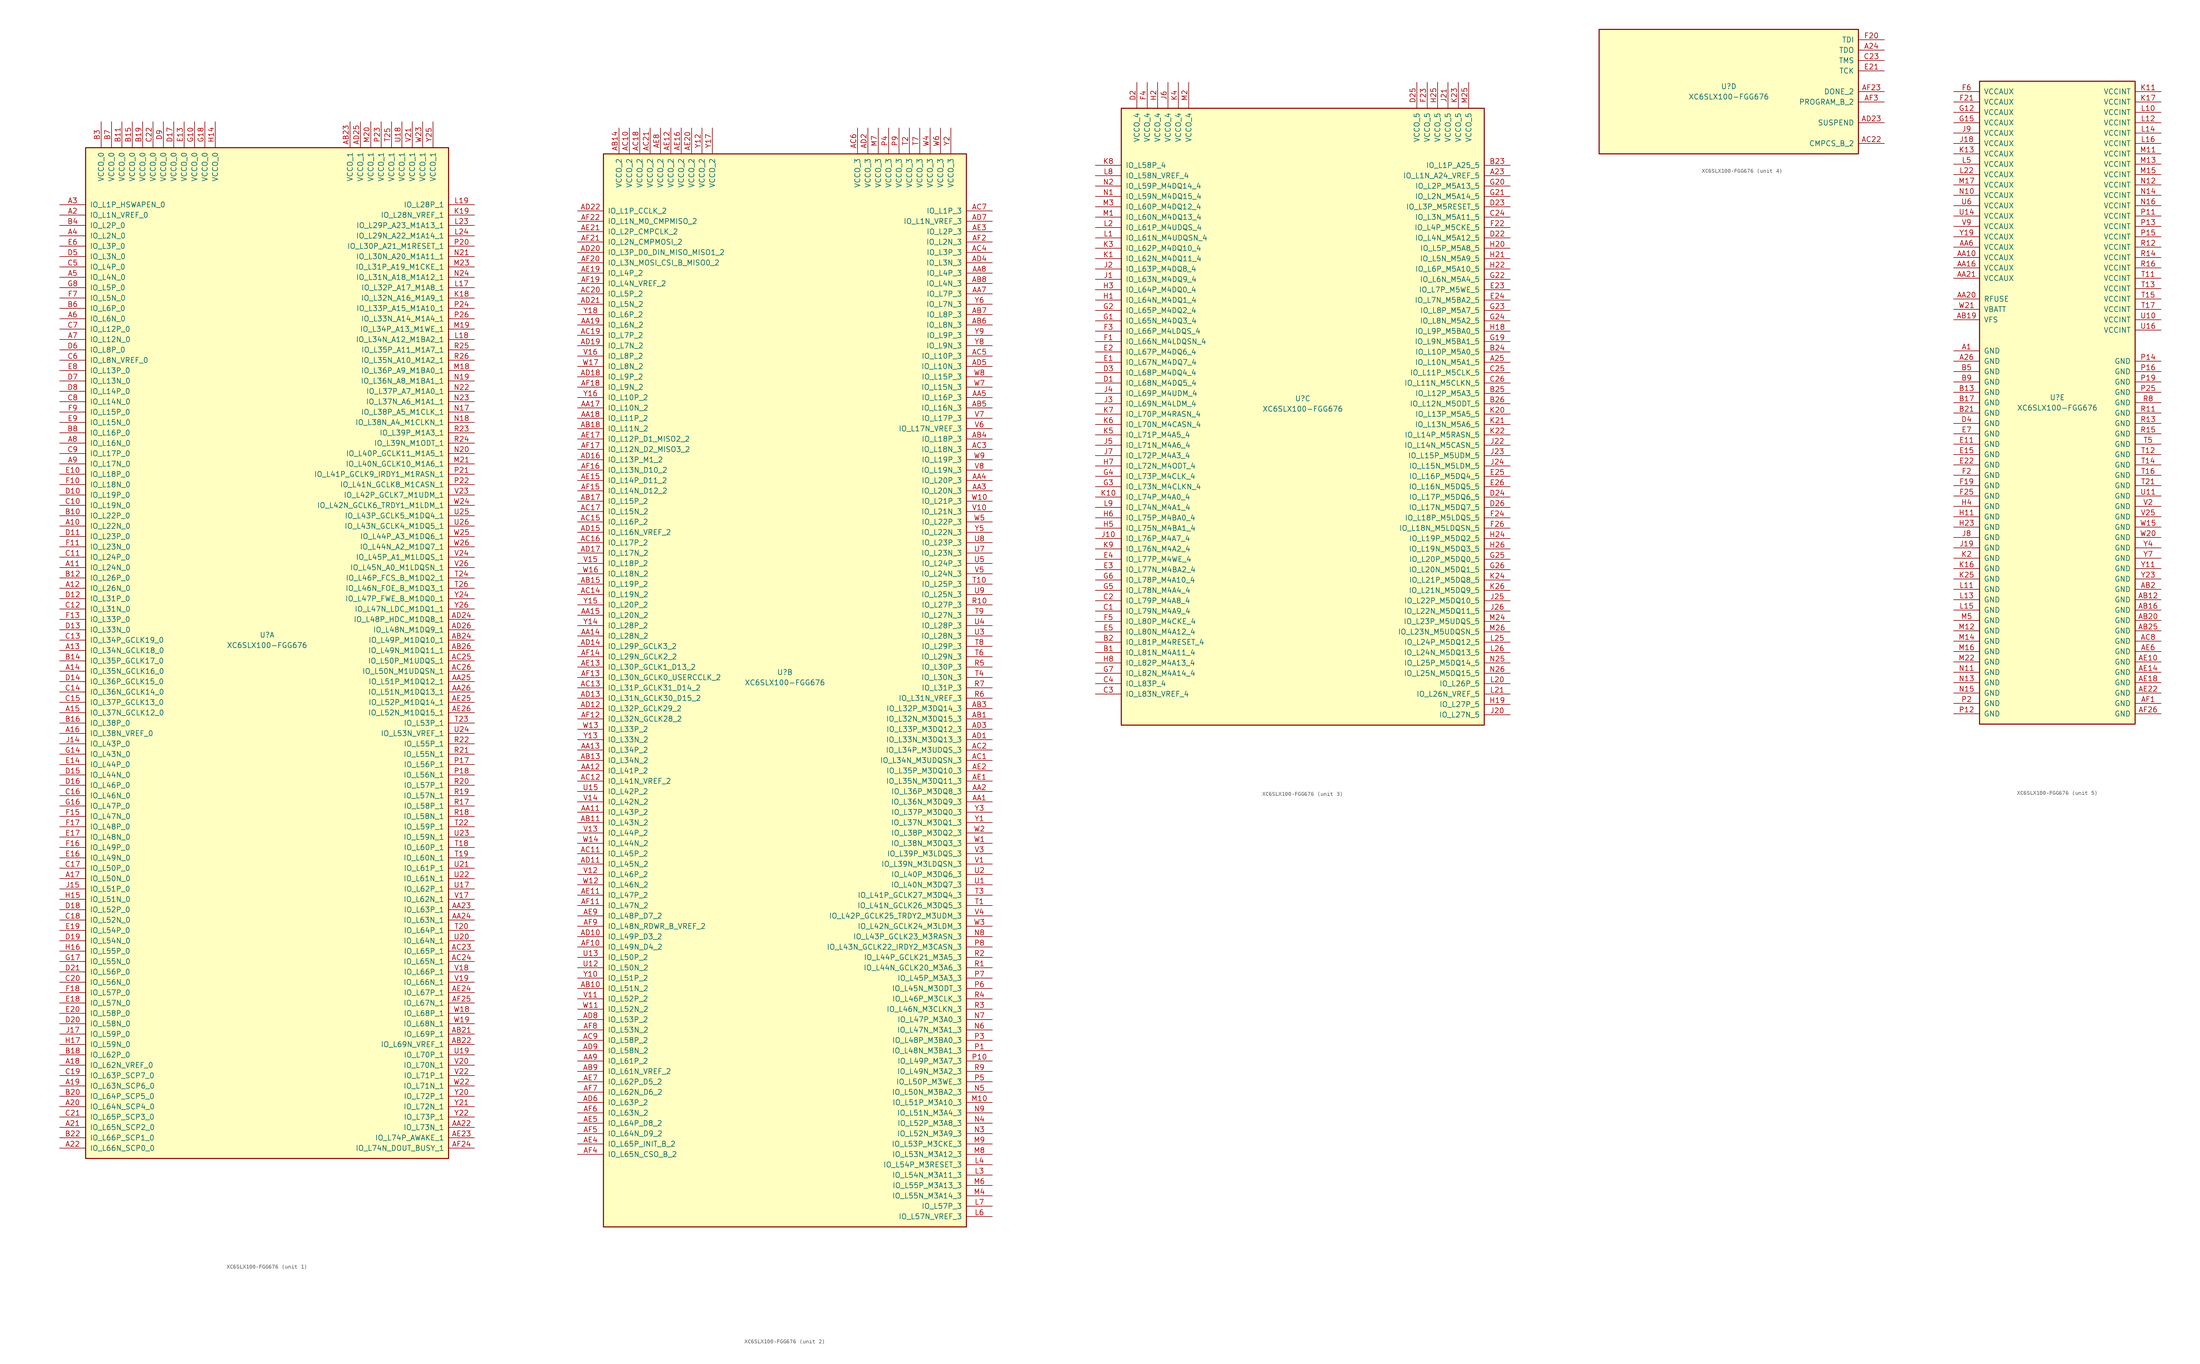
<source format=kicad_sym>
(kicad_symbol_lib
  (version 20211014)
  (generator kicad_symbol_editor)
  (symbol "XC6SLX100-FGG676"
    (pin_names
      (offset 1.016))
    (property "Reference" "U"
      (at 0 1.27 0)
      (effects (font (size 1.27 1.27))))
    (property "Value" "XC6SLX100-FGG676"
      (at 0 -1.27 0)
      (effects (font (size 1.27 1.27))))
    (property "Datasheet" ""
      (at 0 0 0)
      (effects (font (size 1.27 1.27))))
    (property "ki_locked" ""
      (at 0 0 0)
      (effects (font (size 1.27 1.27))))
    (symbol "XC6SLX100-FGG676_1_1"
      (rectangle (start -44.45 120.65) (end 44.45 -127) (stroke (width 0.254) (type default) (color 0 0 0 0)) (fill (type background)))
      (pin bidirectional line (at -50.8 27.94 0) (length 6.35) (name "IO_L22N_0" (effects (font (size 1.27 1.27)))) (number "A10" (effects (font (size 1.27 1.27)))))
      (pin bidirectional line (at -50.8 17.78 0) (length 6.35) (name "IO_L24N_0" (effects (font (size 1.27 1.27)))) (number "A11" (effects (font (size 1.27 1.27)))))
      (pin bidirectional line (at -50.8 12.7 0) (length 6.35) (name "IO_L26N_0" (effects (font (size 1.27 1.27)))) (number "A12" (effects (font (size 1.27 1.27)))))
      (pin bidirectional line (at -50.8 -2.54 0) (length 6.35) (name "IO_L34N_GCLK18_0" (effects (font (size 1.27 1.27)))) (number "A13" (effects (font (size 1.27 1.27)))))
      (pin bidirectional line (at -50.8 -7.62 0) (length 6.35) (name "IO_L35N_GCLK16_0" (effects (font (size 1.27 1.27)))) (number "A14" (effects (font (size 1.27 1.27)))))
      (pin bidirectional line (at -50.8 -17.78 0) (length 6.35) (name "IO_L37N_GCLK12_0" (effects (font (size 1.27 1.27)))) (number "A15" (effects (font (size 1.27 1.27)))))
      (pin bidirectional line (at -50.8 -22.86 0) (length 6.35) (name "IO_L38N_VREF_0" (effects (font (size 1.27 1.27)))) (number "A16" (effects (font (size 1.27 1.27)))))
      (pin bidirectional line (at -50.8 -58.42 0) (length 6.35) (name "IO_L50N_0" (effects (font (size 1.27 1.27)))) (number "A17" (effects (font (size 1.27 1.27)))))
      (pin bidirectional line (at -50.8 -104.14 0) (length 6.35) (name "IO_L62N_VREF_0" (effects (font (size 1.27 1.27)))) (number "A18" (effects (font (size 1.27 1.27)))))
      (pin bidirectional line (at -50.8 -109.22 0) (length 6.35) (name "IO_L63N_SCP6_0" (effects (font (size 1.27 1.27)))) (number "A19" (effects (font (size 1.27 1.27)))))
      (pin bidirectional line (at -50.8 104.14 0) (length 6.35) (name "IO_L1N_VREF_0" (effects (font (size 1.27 1.27)))) (number "A2" (effects (font (size 1.27 1.27)))))
      (pin bidirectional line (at -50.8 -114.3 0) (length 6.35) (name "IO_L64N_SCP4_0" (effects (font (size 1.27 1.27)))) (number "A20" (effects (font (size 1.27 1.27)))))
      (pin bidirectional line (at -50.8 -119.38 0) (length 6.35) (name "IO_L65N_SCP2_0" (effects (font (size 1.27 1.27)))) (number "A21" (effects (font (size 1.27 1.27)))))
      (pin bidirectional line (at -50.8 -124.46 0) (length 6.35) (name "IO_L66N_SCP0_0" (effects (font (size 1.27 1.27)))) (number "A22" (effects (font (size 1.27 1.27)))))
      (pin bidirectional line (at -50.8 106.68 0) (length 6.35) (name "IO_L1P_HSWAPEN_0" (effects (font (size 1.27 1.27)))) (number "A3" (effects (font (size 1.27 1.27)))))
      (pin bidirectional line (at -50.8 99.06 0) (length 6.35) (name "IO_L2N_0" (effects (font (size 1.27 1.27)))) (number "A4" (effects (font (size 1.27 1.27)))))
      (pin bidirectional line (at -50.8 88.9 0) (length 6.35) (name "IO_L4N_0" (effects (font (size 1.27 1.27)))) (number "A5" (effects (font (size 1.27 1.27)))))
      (pin bidirectional line (at -50.8 78.74 0) (length 6.35) (name "IO_L6N_0" (effects (font (size 1.27 1.27)))) (number "A6" (effects (font (size 1.27 1.27)))))
      (pin bidirectional line (at -50.8 73.66 0) (length 6.35) (name "IO_L12N_0" (effects (font (size 1.27 1.27)))) (number "A7" (effects (font (size 1.27 1.27)))))
      (pin bidirectional line (at -50.8 48.26 0) (length 6.35) (name "IO_L16N_0" (effects (font (size 1.27 1.27)))) (number "A8" (effects (font (size 1.27 1.27)))))
      (pin bidirectional line (at -50.8 43.18 0) (length 6.35) (name "IO_L17N_0" (effects (font (size 1.27 1.27)))) (number "A9" (effects (font (size 1.27 1.27)))))
      (pin bidirectional line (at 50.8 -119.38 180) (length 6.35) (name "IO_L73N_1" (effects (font (size 1.27 1.27)))) (number "AA22" (effects (font (size 1.27 1.27)))))
      (pin bidirectional line (at 50.8 -66.04 180) (length 6.35) (name "IO_L63P_1" (effects (font (size 1.27 1.27)))) (number "AA23" (effects (font (size 1.27 1.27)))))
      (pin bidirectional line (at 50.8 -68.58 180) (length 6.35) (name "IO_L63N_1" (effects (font (size 1.27 1.27)))) (number "AA24" (effects (font (size 1.27 1.27)))))
      (pin bidirectional line (at 50.8 -10.16 180) (length 6.35) (name "IO_L51P_M1DQ12_1" (effects (font (size 1.27 1.27)))) (number "AA25" (effects (font (size 1.27 1.27)))))
      (pin bidirectional line (at 50.8 -12.7 180) (length 6.35) (name "IO_L51N_M1DQ13_1" (effects (font (size 1.27 1.27)))) (number "AA26" (effects (font (size 1.27 1.27)))))
      (pin bidirectional line (at 50.8 -96.52 180) (length 6.35) (name "IO_L69P_1" (effects (font (size 1.27 1.27)))) (number "AB21" (effects (font (size 1.27 1.27)))))
      (pin bidirectional line (at 50.8 -99.06 180) (length 6.35) (name "IO_L69N_VREF_1" (effects (font (size 1.27 1.27)))) (number "AB22" (effects (font (size 1.27 1.27)))))
      (pin power_in line (at 20.32 127 270) (length 6.35) (name "VCCO_1" (effects (font (size 1.27 1.27)))) (number "AB23" (effects (font (size 1.27 1.27)))))
      (pin bidirectional line (at 50.8 0 180) (length 6.35) (name "IO_L49P_M1DQ10_1" (effects (font (size 1.27 1.27)))) (number "AB24" (effects (font (size 1.27 1.27)))))
      (pin bidirectional line (at 50.8 -2.54 180) (length 6.35) (name "IO_L49N_M1DQ11_1" (effects (font (size 1.27 1.27)))) (number "AB26" (effects (font (size 1.27 1.27)))))
      (pin bidirectional line (at 50.8 -76.2 180) (length 6.35) (name "IO_L65P_1" (effects (font (size 1.27 1.27)))) (number "AC23" (effects (font (size 1.27 1.27)))))
      (pin bidirectional line (at 50.8 -78.74 180) (length 6.35) (name "IO_L65N_1" (effects (font (size 1.27 1.27)))) (number "AC24" (effects (font (size 1.27 1.27)))))
      (pin bidirectional line (at 50.8 -5.08 180) (length 6.35) (name "IO_L50P_M1UDQS_1" (effects (font (size 1.27 1.27)))) (number "AC25" (effects (font (size 1.27 1.27)))))
      (pin bidirectional line (at 50.8 -7.62 180) (length 6.35) (name "IO_L50N_M1UDQSN_1" (effects (font (size 1.27 1.27)))) (number "AC26" (effects (font (size 1.27 1.27)))))
      (pin bidirectional line (at 50.8 5.08 180) (length 6.35) (name "IO_L48P_HDC_M1DQ8_1" (effects (font (size 1.27 1.27)))) (number "AD24" (effects (font (size 1.27 1.27)))))
      (pin power_in line (at 22.86 127 270) (length 6.35) (name "VCCO_1" (effects (font (size 1.27 1.27)))) (number "AD25" (effects (font (size 1.27 1.27)))))
      (pin bidirectional line (at 50.8 2.54 180) (length 6.35) (name "IO_L48N_M1DQ9_1" (effects (font (size 1.27 1.27)))) (number "AD26" (effects (font (size 1.27 1.27)))))
      (pin bidirectional line (at 50.8 -121.92 180) (length 6.35) (name "IO_L74P_AWAKE_1" (effects (font (size 1.27 1.27)))) (number "AE23" (effects (font (size 1.27 1.27)))))
      (pin bidirectional line (at 50.8 -86.36 180) (length 6.35) (name "IO_L67P_1" (effects (font (size 1.27 1.27)))) (number "AE24" (effects (font (size 1.27 1.27)))))
      (pin bidirectional line (at 50.8 -15.24 180) (length 6.35) (name "IO_L52P_M1DQ14_1" (effects (font (size 1.27 1.27)))) (number "AE25" (effects (font (size 1.27 1.27)))))
      (pin bidirectional line (at 50.8 -17.78 180) (length 6.35) (name "IO_L52N_M1DQ15_1" (effects (font (size 1.27 1.27)))) (number "AE26" (effects (font (size 1.27 1.27)))))
      (pin bidirectional line (at 50.8 -124.46 180) (length 6.35) (name "IO_L74N_DOUT_BUSY_1" (effects (font (size 1.27 1.27)))) (number "AF24" (effects (font (size 1.27 1.27)))))
      (pin bidirectional line (at 50.8 -88.9 180) (length 6.35) (name "IO_L67N_1" (effects (font (size 1.27 1.27)))) (number "AF25" (effects (font (size 1.27 1.27)))))
      (pin bidirectional line (at -50.8 30.48 0) (length 6.35) (name "IO_L22P_0" (effects (font (size 1.27 1.27)))) (number "B10" (effects (font (size 1.27 1.27)))))
      (pin power_in line (at -35.56 127 270) (length 6.35) (name "VCCO_0" (effects (font (size 1.27 1.27)))) (number "B11" (effects (font (size 1.27 1.27)))))
      (pin bidirectional line (at -50.8 15.24 0) (length 6.35) (name "IO_L26P_0" (effects (font (size 1.27 1.27)))) (number "B12" (effects (font (size 1.27 1.27)))))
      (pin bidirectional line (at -50.8 -5.08 0) (length 6.35) (name "IO_L35P_GCLK17_0" (effects (font (size 1.27 1.27)))) (number "B14" (effects (font (size 1.27 1.27)))))
      (pin power_in line (at -33.02 127 270) (length 6.35) (name "VCCO_0" (effects (font (size 1.27 1.27)))) (number "B15" (effects (font (size 1.27 1.27)))))
      (pin bidirectional line (at -50.8 -20.32 0) (length 6.35) (name "IO_L38P_0" (effects (font (size 1.27 1.27)))) (number "B16" (effects (font (size 1.27 1.27)))))
      (pin bidirectional line (at -50.8 -101.6 0) (length 6.35) (name "IO_L62P_0" (effects (font (size 1.27 1.27)))) (number "B18" (effects (font (size 1.27 1.27)))))
      (pin power_in line (at -30.48 127 270) (length 6.35) (name "VCCO_0" (effects (font (size 1.27 1.27)))) (number "B19" (effects (font (size 1.27 1.27)))))
      (pin bidirectional line (at -50.8 -111.76 0) (length 6.35) (name "IO_L64P_SCP5_0" (effects (font (size 1.27 1.27)))) (number "B20" (effects (font (size 1.27 1.27)))))
      (pin bidirectional line (at -50.8 -121.92 0) (length 6.35) (name "IO_L66P_SCP1_0" (effects (font (size 1.27 1.27)))) (number "B22" (effects (font (size 1.27 1.27)))))
      (pin power_in line (at -40.64 127 270) (length 6.35) (name "VCCO_0" (effects (font (size 1.27 1.27)))) (number "B3" (effects (font (size 1.27 1.27)))))
      (pin bidirectional line (at -50.8 101.6 0) (length 6.35) (name "IO_L2P_0" (effects (font (size 1.27 1.27)))) (number "B4" (effects (font (size 1.27 1.27)))))
      (pin bidirectional line (at -50.8 81.28 0) (length 6.35) (name "IO_L6P_0" (effects (font (size 1.27 1.27)))) (number "B6" (effects (font (size 1.27 1.27)))))
      (pin power_in line (at -38.1 127 270) (length 6.35) (name "VCCO_0" (effects (font (size 1.27 1.27)))) (number "B7" (effects (font (size 1.27 1.27)))))
      (pin bidirectional line (at -50.8 50.8 0) (length 6.35) (name "IO_L16P_0" (effects (font (size 1.27 1.27)))) (number "B8" (effects (font (size 1.27 1.27)))))
      (pin bidirectional line (at -50.8 33.02 0) (length 6.35) (name "IO_L19N_0" (effects (font (size 1.27 1.27)))) (number "C10" (effects (font (size 1.27 1.27)))))
      (pin bidirectional line (at -50.8 20.32 0) (length 6.35) (name "IO_L24P_0" (effects (font (size 1.27 1.27)))) (number "C11" (effects (font (size 1.27 1.27)))))
      (pin bidirectional line (at -50.8 7.62 0) (length 6.35) (name "IO_L31N_0" (effects (font (size 1.27 1.27)))) (number "C12" (effects (font (size 1.27 1.27)))))
      (pin bidirectional line (at -50.8 0 0) (length 6.35) (name "IO_L34P_GCLK19_0" (effects (font (size 1.27 1.27)))) (number "C13" (effects (font (size 1.27 1.27)))))
      (pin bidirectional line (at -50.8 -12.7 0) (length 6.35) (name "IO_L36N_GCLK14_0" (effects (font (size 1.27 1.27)))) (number "C14" (effects (font (size 1.27 1.27)))))
      (pin bidirectional line (at -50.8 -15.24 0) (length 6.35) (name "IO_L37P_GCLK13_0" (effects (font (size 1.27 1.27)))) (number "C15" (effects (font (size 1.27 1.27)))))
      (pin bidirectional line (at -50.8 -38.1 0) (length 6.35) (name "IO_L46N_0" (effects (font (size 1.27 1.27)))) (number "C16" (effects (font (size 1.27 1.27)))))
      (pin bidirectional line (at -50.8 -55.88 0) (length 6.35) (name "IO_L50P_0" (effects (font (size 1.27 1.27)))) (number "C17" (effects (font (size 1.27 1.27)))))
      (pin bidirectional line (at -50.8 -68.58 0) (length 6.35) (name "IO_L52N_0" (effects (font (size 1.27 1.27)))) (number "C18" (effects (font (size 1.27 1.27)))))
      (pin bidirectional line (at -50.8 -106.68 0) (length 6.35) (name "IO_L63P_SCP7_0" (effects (font (size 1.27 1.27)))) (number "C19" (effects (font (size 1.27 1.27)))))
      (pin bidirectional line (at -50.8 -83.82 0) (length 6.35) (name "IO_L56N_0" (effects (font (size 1.27 1.27)))) (number "C20" (effects (font (size 1.27 1.27)))))
      (pin bidirectional line (at -50.8 -116.84 0) (length 6.35) (name "IO_L65P_SCP3_0" (effects (font (size 1.27 1.27)))) (number "C21" (effects (font (size 1.27 1.27)))))
      (pin power_in line (at -27.94 127 270) (length 6.35) (name "VCCO_0" (effects (font (size 1.27 1.27)))) (number "C22" (effects (font (size 1.27 1.27)))))
      (pin bidirectional line (at -50.8 91.44 0) (length 6.35) (name "IO_L4P_0" (effects (font (size 1.27 1.27)))) (number "C5" (effects (font (size 1.27 1.27)))))
      (pin bidirectional line (at -50.8 68.58 0) (length 6.35) (name "IO_L8N_VREF_0" (effects (font (size 1.27 1.27)))) (number "C6" (effects (font (size 1.27 1.27)))))
      (pin bidirectional line (at -50.8 76.2 0) (length 6.35) (name "IO_L12P_0" (effects (font (size 1.27 1.27)))) (number "C7" (effects (font (size 1.27 1.27)))))
      (pin bidirectional line (at -50.8 58.42 0) (length 6.35) (name "IO_L14N_0" (effects (font (size 1.27 1.27)))) (number "C8" (effects (font (size 1.27 1.27)))))
      (pin bidirectional line (at -50.8 45.72 0) (length 6.35) (name "IO_L17P_0" (effects (font (size 1.27 1.27)))) (number "C9" (effects (font (size 1.27 1.27)))))
      (pin bidirectional line (at -50.8 35.56 0) (length 6.35) (name "IO_L19P_0" (effects (font (size 1.27 1.27)))) (number "D10" (effects (font (size 1.27 1.27)))))
      (pin bidirectional line (at -50.8 25.4 0) (length 6.35) (name "IO_L23P_0" (effects (font (size 1.27 1.27)))) (number "D11" (effects (font (size 1.27 1.27)))))
      (pin bidirectional line (at -50.8 10.16 0) (length 6.35) (name "IO_L31P_0" (effects (font (size 1.27 1.27)))) (number "D12" (effects (font (size 1.27 1.27)))))
      (pin bidirectional line (at -50.8 2.54 0) (length 6.35) (name "IO_L33N_0" (effects (font (size 1.27 1.27)))) (number "D13" (effects (font (size 1.27 1.27)))))
      (pin bidirectional line (at -50.8 -10.16 0) (length 6.35) (name "IO_L36P_GCLK15_0" (effects (font (size 1.27 1.27)))) (number "D14" (effects (font (size 1.27 1.27)))))
      (pin bidirectional line (at -50.8 -33.02 0) (length 6.35) (name "IO_L44N_0" (effects (font (size 1.27 1.27)))) (number "D15" (effects (font (size 1.27 1.27)))))
      (pin bidirectional line (at -50.8 -35.56 0) (length 6.35) (name "IO_L46P_0" (effects (font (size 1.27 1.27)))) (number "D16" (effects (font (size 1.27 1.27)))))
      (pin power_in line (at -22.86 127 270) (length 6.35) (name "VCCO_0" (effects (font (size 1.27 1.27)))) (number "D17" (effects (font (size 1.27 1.27)))))
      (pin bidirectional line (at -50.8 -66.04 0) (length 6.35) (name "IO_L52P_0" (effects (font (size 1.27 1.27)))) (number "D18" (effects (font (size 1.27 1.27)))))
      (pin bidirectional line (at -50.8 -73.66 0) (length 6.35) (name "IO_L54N_0" (effects (font (size 1.27 1.27)))) (number "D19" (effects (font (size 1.27 1.27)))))
      (pin bidirectional line (at -50.8 -93.98 0) (length 6.35) (name "IO_L58N_0" (effects (font (size 1.27 1.27)))) (number "D20" (effects (font (size 1.27 1.27)))))
      (pin bidirectional line (at -50.8 -81.28 0) (length 6.35) (name "IO_L56P_0" (effects (font (size 1.27 1.27)))) (number "D21" (effects (font (size 1.27 1.27)))))
      (pin bidirectional line (at -50.8 93.98 0) (length 6.35) (name "IO_L3N_0" (effects (font (size 1.27 1.27)))) (number "D5" (effects (font (size 1.27 1.27)))))
      (pin bidirectional line (at -50.8 71.12 0) (length 6.35) (name "IO_L8P_0" (effects (font (size 1.27 1.27)))) (number "D6" (effects (font (size 1.27 1.27)))))
      (pin bidirectional line (at -50.8 63.5 0) (length 6.35) (name "IO_L13N_0" (effects (font (size 1.27 1.27)))) (number "D7" (effects (font (size 1.27 1.27)))))
      (pin bidirectional line (at -50.8 60.96 0) (length 6.35) (name "IO_L14P_0" (effects (font (size 1.27 1.27)))) (number "D8" (effects (font (size 1.27 1.27)))))
      (pin power_in line (at -25.4 127 270) (length 6.35) (name "VCCO_0" (effects (font (size 1.27 1.27)))) (number "D9" (effects (font (size 1.27 1.27)))))
      (pin bidirectional line (at -50.8 40.64 0) (length 6.35) (name "IO_L18P_0" (effects (font (size 1.27 1.27)))) (number "E10" (effects (font (size 1.27 1.27)))))
      (pin power_in line (at -20.32 127 270) (length 6.35) (name "VCCO_0" (effects (font (size 1.27 1.27)))) (number "E13" (effects (font (size 1.27 1.27)))))
      (pin bidirectional line (at -50.8 -30.48 0) (length 6.35) (name "IO_L44P_0" (effects (font (size 1.27 1.27)))) (number "E14" (effects (font (size 1.27 1.27)))))
      (pin bidirectional line (at -50.8 -53.34 0) (length 6.35) (name "IO_L49N_0" (effects (font (size 1.27 1.27)))) (number "E16" (effects (font (size 1.27 1.27)))))
      (pin bidirectional line (at -50.8 -48.26 0) (length 6.35) (name "IO_L48N_0" (effects (font (size 1.27 1.27)))) (number "E17" (effects (font (size 1.27 1.27)))))
      (pin bidirectional line (at -50.8 -88.9 0) (length 6.35) (name "IO_L57N_0" (effects (font (size 1.27 1.27)))) (number "E18" (effects (font (size 1.27 1.27)))))
      (pin bidirectional line (at -50.8 -71.12 0) (length 6.35) (name "IO_L54P_0" (effects (font (size 1.27 1.27)))) (number "E19" (effects (font (size 1.27 1.27)))))
      (pin bidirectional line (at -50.8 -91.44 0) (length 6.35) (name "IO_L58P_0" (effects (font (size 1.27 1.27)))) (number "E20" (effects (font (size 1.27 1.27)))))
      (pin bidirectional line (at -50.8 96.52 0) (length 6.35) (name "IO_L3P_0" (effects (font (size 1.27 1.27)))) (number "E6" (effects (font (size 1.27 1.27)))))
      (pin bidirectional line (at -50.8 66.04 0) (length 6.35) (name "IO_L13P_0" (effects (font (size 1.27 1.27)))) (number "E8" (effects (font (size 1.27 1.27)))))
      (pin bidirectional line (at -50.8 53.34 0) (length 6.35) (name "IO_L15N_0" (effects (font (size 1.27 1.27)))) (number "E9" (effects (font (size 1.27 1.27)))))
      (pin bidirectional line (at -50.8 38.1 0) (length 6.35) (name "IO_L18N_0" (effects (font (size 1.27 1.27)))) (number "F10" (effects (font (size 1.27 1.27)))))
      (pin bidirectional line (at -50.8 22.86 0) (length 6.35) (name "IO_L23N_0" (effects (font (size 1.27 1.27)))) (number "F11" (effects (font (size 1.27 1.27)))))
      (pin bidirectional line (at -50.8 5.08 0) (length 6.35) (name "IO_L33P_0" (effects (font (size 1.27 1.27)))) (number "F13" (effects (font (size 1.27 1.27)))))
      (pin bidirectional line (at -50.8 -43.18 0) (length 6.35) (name "IO_L47N_0" (effects (font (size 1.27 1.27)))) (number "F15" (effects (font (size 1.27 1.27)))))
      (pin bidirectional line (at -50.8 -50.8 0) (length 6.35) (name "IO_L49P_0" (effects (font (size 1.27 1.27)))) (number "F16" (effects (font (size 1.27 1.27)))))
      (pin bidirectional line (at -50.8 -45.72 0) (length 6.35) (name "IO_L48P_0" (effects (font (size 1.27 1.27)))) (number "F17" (effects (font (size 1.27 1.27)))))
      (pin bidirectional line (at -50.8 -86.36 0) (length 6.35) (name "IO_L57P_0" (effects (font (size 1.27 1.27)))) (number "F18" (effects (font (size 1.27 1.27)))))
      (pin bidirectional line (at -50.8 83.82 0) (length 6.35) (name "IO_L5N_0" (effects (font (size 1.27 1.27)))) (number "F7" (effects (font (size 1.27 1.27)))))
      (pin bidirectional line (at -50.8 55.88 0) (length 6.35) (name "IO_L15P_0" (effects (font (size 1.27 1.27)))) (number "F9" (effects (font (size 1.27 1.27)))))
      (pin power_in line (at -17.78 127 270) (length 6.35) (name "VCCO_0" (effects (font (size 1.27 1.27)))) (number "G10" (effects (font (size 1.27 1.27)))))
      (pin bidirectional line (at -50.8 -27.94 0) (length 6.35) (name "IO_L43N_0" (effects (font (size 1.27 1.27)))) (number "G14" (effects (font (size 1.27 1.27)))))
      (pin bidirectional line (at -50.8 -40.64 0) (length 6.35) (name "IO_L47P_0" (effects (font (size 1.27 1.27)))) (number "G16" (effects (font (size 1.27 1.27)))))
      (pin bidirectional line (at -50.8 -78.74 0) (length 6.35) (name "IO_L55N_0" (effects (font (size 1.27 1.27)))) (number "G17" (effects (font (size 1.27 1.27)))))
      (pin power_in line (at -15.24 127 270) (length 6.35) (name "VCCO_0" (effects (font (size 1.27 1.27)))) (number "G18" (effects (font (size 1.27 1.27)))))
      (pin bidirectional line (at -50.8 86.36 0) (length 6.35) (name "IO_L5P_0" (effects (font (size 1.27 1.27)))) (number "G8" (effects (font (size 1.27 1.27)))))
      (pin power_in line (at -12.7 127 270) (length 6.35) (name "VCCO_0" (effects (font (size 1.27 1.27)))) (number "H14" (effects (font (size 1.27 1.27)))))
      (pin bidirectional line (at -50.8 -63.5 0) (length 6.35) (name "IO_L51N_0" (effects (font (size 1.27 1.27)))) (number "H15" (effects (font (size 1.27 1.27)))))
      (pin bidirectional line (at -50.8 -76.2 0) (length 6.35) (name "IO_L55P_0" (effects (font (size 1.27 1.27)))) (number "H16" (effects (font (size 1.27 1.27)))))
      (pin bidirectional line (at -50.8 -99.06 0) (length 6.35) (name "IO_L59N_0" (effects (font (size 1.27 1.27)))) (number "H17" (effects (font (size 1.27 1.27)))))
      (pin bidirectional line (at -50.8 -25.4 0) (length 6.35) (name "IO_L43P_0" (effects (font (size 1.27 1.27)))) (number "J14" (effects (font (size 1.27 1.27)))))
      (pin bidirectional line (at -50.8 -60.96 0) (length 6.35) (name "IO_L51P_0" (effects (font (size 1.27 1.27)))) (number "J15" (effects (font (size 1.27 1.27)))))
      (pin bidirectional line (at -50.8 -96.52 0) (length 6.35) (name "IO_L59P_0" (effects (font (size 1.27 1.27)))) (number "J17" (effects (font (size 1.27 1.27)))))
      (pin bidirectional line (at 50.8 83.82 180) (length 6.35) (name "IO_L32N_A16_M1A9_1" (effects (font (size 1.27 1.27)))) (number "K18" (effects (font (size 1.27 1.27)))))
      (pin bidirectional line (at 50.8 104.14 180) (length 6.35) (name "IO_L28N_VREF_1" (effects (font (size 1.27 1.27)))) (number "K19" (effects (font (size 1.27 1.27)))))
      (pin bidirectional line (at 50.8 86.36 180) (length 6.35) (name "IO_L32P_A17_M1A8_1" (effects (font (size 1.27 1.27)))) (number "L17" (effects (font (size 1.27 1.27)))))
      (pin bidirectional line (at 50.8 73.66 180) (length 6.35) (name "IO_L34N_A12_M1BA2_1" (effects (font (size 1.27 1.27)))) (number "L18" (effects (font (size 1.27 1.27)))))
      (pin bidirectional line (at 50.8 106.68 180) (length 6.35) (name "IO_L28P_1" (effects (font (size 1.27 1.27)))) (number "L19" (effects (font (size 1.27 1.27)))))
      (pin bidirectional line (at 50.8 101.6 180) (length 6.35) (name "IO_L29P_A23_M1A13_1" (effects (font (size 1.27 1.27)))) (number "L23" (effects (font (size 1.27 1.27)))))
      (pin bidirectional line (at 50.8 99.06 180) (length 6.35) (name "IO_L29N_A22_M1A14_1" (effects (font (size 1.27 1.27)))) (number "L24" (effects (font (size 1.27 1.27)))))
      (pin bidirectional line (at 50.8 66.04 180) (length 6.35) (name "IO_L36P_A9_M1BA0_1" (effects (font (size 1.27 1.27)))) (number "M18" (effects (font (size 1.27 1.27)))))
      (pin bidirectional line (at 50.8 76.2 180) (length 6.35) (name "IO_L34P_A13_M1WE_1" (effects (font (size 1.27 1.27)))) (number "M19" (effects (font (size 1.27 1.27)))))
      (pin power_in line (at 25.4 127 270) (length 6.35) (name "VCCO_1" (effects (font (size 1.27 1.27)))) (number "M20" (effects (font (size 1.27 1.27)))))
      (pin bidirectional line (at 50.8 43.18 180) (length 6.35) (name "IO_L40N_GCLK10_M1A6_1" (effects (font (size 1.27 1.27)))) (number "M21" (effects (font (size 1.27 1.27)))))
      (pin bidirectional line (at 50.8 91.44 180) (length 6.35) (name "IO_L31P_A19_M1CKE_1" (effects (font (size 1.27 1.27)))) (number "M23" (effects (font (size 1.27 1.27)))))
      (pin bidirectional line (at 50.8 55.88 180) (length 6.35) (name "IO_L38P_A5_M1CLK_1" (effects (font (size 1.27 1.27)))) (number "N17" (effects (font (size 1.27 1.27)))))
      (pin bidirectional line (at 50.8 53.34 180) (length 6.35) (name "IO_L38N_A4_M1CLKN_1" (effects (font (size 1.27 1.27)))) (number "N18" (effects (font (size 1.27 1.27)))))
      (pin bidirectional line (at 50.8 63.5 180) (length 6.35) (name "IO_L36N_A8_M1BA1_1" (effects (font (size 1.27 1.27)))) (number "N19" (effects (font (size 1.27 1.27)))))
      (pin bidirectional line (at 50.8 45.72 180) (length 6.35) (name "IO_L40P_GCLK11_M1A5_1" (effects (font (size 1.27 1.27)))) (number "N20" (effects (font (size 1.27 1.27)))))
      (pin bidirectional line (at 50.8 93.98 180) (length 6.35) (name "IO_L30N_A20_M1A11_1" (effects (font (size 1.27 1.27)))) (number "N21" (effects (font (size 1.27 1.27)))))
      (pin bidirectional line (at 50.8 60.96 180) (length 6.35) (name "IO_L37P_A7_M1A0_1" (effects (font (size 1.27 1.27)))) (number "N22" (effects (font (size 1.27 1.27)))))
      (pin bidirectional line (at 50.8 58.42 180) (length 6.35) (name "IO_L37N_A6_M1A1_1" (effects (font (size 1.27 1.27)))) (number "N23" (effects (font (size 1.27 1.27)))))
      (pin bidirectional line (at 50.8 88.9 180) (length 6.35) (name "IO_L31N_A18_M1A12_1" (effects (font (size 1.27 1.27)))) (number "N24" (effects (font (size 1.27 1.27)))))
      (pin bidirectional line (at 50.8 -30.48 180) (length 6.35) (name "IO_L56P_1" (effects (font (size 1.27 1.27)))) (number "P17" (effects (font (size 1.27 1.27)))))
      (pin bidirectional line (at 50.8 -33.02 180) (length 6.35) (name "IO_L56N_1" (effects (font (size 1.27 1.27)))) (number "P18" (effects (font (size 1.27 1.27)))))
      (pin bidirectional line (at 50.8 96.52 180) (length 6.35) (name "IO_L30P_A21_M1RESET_1" (effects (font (size 1.27 1.27)))) (number "P20" (effects (font (size 1.27 1.27)))))
      (pin bidirectional line (at 50.8 40.64 180) (length 6.35) (name "IO_L41P_GCLK9_IRDY1_M1RASN_1" (effects (font (size 1.27 1.27)))) (number "P21" (effects (font (size 1.27 1.27)))))
      (pin bidirectional line (at 50.8 38.1 180) (length 6.35) (name "IO_L41N_GCLK8_M1CASN_1" (effects (font (size 1.27 1.27)))) (number "P22" (effects (font (size 1.27 1.27)))))
      (pin power_in line (at 27.94 127 270) (length 6.35) (name "VCCO_1" (effects (font (size 1.27 1.27)))) (number "P23" (effects (font (size 1.27 1.27)))))
      (pin bidirectional line (at 50.8 81.28 180) (length 6.35) (name "IO_L33P_A15_M1A10_1" (effects (font (size 1.27 1.27)))) (number "P24" (effects (font (size 1.27 1.27)))))
      (pin bidirectional line (at 50.8 78.74 180) (length 6.35) (name "IO_L33N_A14_M1A4_1" (effects (font (size 1.27 1.27)))) (number "P26" (effects (font (size 1.27 1.27)))))
      (pin bidirectional line (at 50.8 -40.64 180) (length 6.35) (name "IO_L58P_1" (effects (font (size 1.27 1.27)))) (number "R17" (effects (font (size 1.27 1.27)))))
      (pin bidirectional line (at 50.8 -43.18 180) (length 6.35) (name "IO_L58N_1" (effects (font (size 1.27 1.27)))) (number "R18" (effects (font (size 1.27 1.27)))))
      (pin bidirectional line (at 50.8 -38.1 180) (length 6.35) (name "IO_L57N_1" (effects (font (size 1.27 1.27)))) (number "R19" (effects (font (size 1.27 1.27)))))
      (pin bidirectional line (at 50.8 -35.56 180) (length 6.35) (name "IO_L57P_1" (effects (font (size 1.27 1.27)))) (number "R20" (effects (font (size 1.27 1.27)))))
      (pin bidirectional line (at 50.8 -27.94 180) (length 6.35) (name "IO_L55N_1" (effects (font (size 1.27 1.27)))) (number "R21" (effects (font (size 1.27 1.27)))))
      (pin bidirectional line (at 50.8 -25.4 180) (length 6.35) (name "IO_L55P_1" (effects (font (size 1.27 1.27)))) (number "R22" (effects (font (size 1.27 1.27)))))
      (pin bidirectional line (at 50.8 50.8 180) (length 6.35) (name "IO_L39P_M1A3_1" (effects (font (size 1.27 1.27)))) (number "R23" (effects (font (size 1.27 1.27)))))
      (pin bidirectional line (at 50.8 48.26 180) (length 6.35) (name "IO_L39N_M1ODT_1" (effects (font (size 1.27 1.27)))) (number "R24" (effects (font (size 1.27 1.27)))))
      (pin bidirectional line (at 50.8 71.12 180) (length 6.35) (name "IO_L35P_A11_M1A7_1" (effects (font (size 1.27 1.27)))) (number "R25" (effects (font (size 1.27 1.27)))))
      (pin bidirectional line (at 50.8 68.58 180) (length 6.35) (name "IO_L35N_A10_M1A2_1" (effects (font (size 1.27 1.27)))) (number "R26" (effects (font (size 1.27 1.27)))))
      (pin bidirectional line (at 50.8 -50.8 180) (length 6.35) (name "IO_L60P_1" (effects (font (size 1.27 1.27)))) (number "T18" (effects (font (size 1.27 1.27)))))
      (pin bidirectional line (at 50.8 -53.34 180) (length 6.35) (name "IO_L60N_1" (effects (font (size 1.27 1.27)))) (number "T19" (effects (font (size 1.27 1.27)))))
      (pin bidirectional line (at 50.8 -71.12 180) (length 6.35) (name "IO_L64P_1" (effects (font (size 1.27 1.27)))) (number "T20" (effects (font (size 1.27 1.27)))))
      (pin bidirectional line (at 50.8 -45.72 180) (length 6.35) (name "IO_L59P_1" (effects (font (size 1.27 1.27)))) (number "T22" (effects (font (size 1.27 1.27)))))
      (pin bidirectional line (at 50.8 -20.32 180) (length 6.35) (name "IO_L53P_1" (effects (font (size 1.27 1.27)))) (number "T23" (effects (font (size 1.27 1.27)))))
      (pin bidirectional line (at 50.8 15.24 180) (length 6.35) (name "IO_L46P_FCS_B_M1DQ2_1" (effects (font (size 1.27 1.27)))) (number "T24" (effects (font (size 1.27 1.27)))))
      (pin power_in line (at 30.48 127 270) (length 6.35) (name "VCCO_1" (effects (font (size 1.27 1.27)))) (number "T25" (effects (font (size 1.27 1.27)))))
      (pin bidirectional line (at 50.8 12.7 180) (length 6.35) (name "IO_L46N_FOE_B_M1DQ3_1" (effects (font (size 1.27 1.27)))) (number "T26" (effects (font (size 1.27 1.27)))))
      (pin bidirectional line (at 50.8 -60.96 180) (length 6.35) (name "IO_L62P_1" (effects (font (size 1.27 1.27)))) (number "U17" (effects (font (size 1.27 1.27)))))
      (pin power_in line (at 33.02 127 270) (length 6.35) (name "VCCO_1" (effects (font (size 1.27 1.27)))) (number "U18" (effects (font (size 1.27 1.27)))))
      (pin bidirectional line (at 50.8 -101.6 180) (length 6.35) (name "IO_L70P_1" (effects (font (size 1.27 1.27)))) (number "U19" (effects (font (size 1.27 1.27)))))
      (pin bidirectional line (at 50.8 -73.66 180) (length 6.35) (name "IO_L64N_1" (effects (font (size 1.27 1.27)))) (number "U20" (effects (font (size 1.27 1.27)))))
      (pin bidirectional line (at 50.8 -55.88 180) (length 6.35) (name "IO_L61P_1" (effects (font (size 1.27 1.27)))) (number "U21" (effects (font (size 1.27 1.27)))))
      (pin bidirectional line (at 50.8 -58.42 180) (length 6.35) (name "IO_L61N_1" (effects (font (size 1.27 1.27)))) (number "U22" (effects (font (size 1.27 1.27)))))
      (pin bidirectional line (at 50.8 -48.26 180) (length 6.35) (name "IO_L59N_1" (effects (font (size 1.27 1.27)))) (number "U23" (effects (font (size 1.27 1.27)))))
      (pin bidirectional line (at 50.8 -22.86 180) (length 6.35) (name "IO_L53N_VREF_1" (effects (font (size 1.27 1.27)))) (number "U24" (effects (font (size 1.27 1.27)))))
      (pin bidirectional line (at 50.8 30.48 180) (length 6.35) (name "IO_L43P_GCLK5_M1DQ4_1" (effects (font (size 1.27 1.27)))) (number "U25" (effects (font (size 1.27 1.27)))))
      (pin bidirectional line (at 50.8 27.94 180) (length 6.35) (name "IO_L43N_GCLK4_M1DQ5_1" (effects (font (size 1.27 1.27)))) (number "U26" (effects (font (size 1.27 1.27)))))
      (pin bidirectional line (at 50.8 -63.5 180) (length 6.35) (name "IO_L62N_1" (effects (font (size 1.27 1.27)))) (number "V17" (effects (font (size 1.27 1.27)))))
      (pin bidirectional line (at 50.8 -81.28 180) (length 6.35) (name "IO_L66P_1" (effects (font (size 1.27 1.27)))) (number "V18" (effects (font (size 1.27 1.27)))))
      (pin bidirectional line (at 50.8 -83.82 180) (length 6.35) (name "IO_L66N_1" (effects (font (size 1.27 1.27)))) (number "V19" (effects (font (size 1.27 1.27)))))
      (pin bidirectional line (at 50.8 -104.14 180) (length 6.35) (name "IO_L70N_1" (effects (font (size 1.27 1.27)))) (number "V20" (effects (font (size 1.27 1.27)))))
      (pin power_in line (at 35.56 127 270) (length 6.35) (name "VCCO_1" (effects (font (size 1.27 1.27)))) (number "V21" (effects (font (size 1.27 1.27)))))
      (pin bidirectional line (at 50.8 -106.68 180) (length 6.35) (name "IO_L71P_1" (effects (font (size 1.27 1.27)))) (number "V22" (effects (font (size 1.27 1.27)))))
      (pin bidirectional line (at 50.8 35.56 180) (length 6.35) (name "IO_L42P_GCLK7_M1UDM_1" (effects (font (size 1.27 1.27)))) (number "V23" (effects (font (size 1.27 1.27)))))
      (pin bidirectional line (at 50.8 20.32 180) (length 6.35) (name "IO_L45P_A1_M1LDQS_1" (effects (font (size 1.27 1.27)))) (number "V24" (effects (font (size 1.27 1.27)))))
      (pin bidirectional line (at 50.8 17.78 180) (length 6.35) (name "IO_L45N_A0_M1LDQSN_1" (effects (font (size 1.27 1.27)))) (number "V26" (effects (font (size 1.27 1.27)))))
      (pin bidirectional line (at 50.8 -91.44 180) (length 6.35) (name "IO_L68P_1" (effects (font (size 1.27 1.27)))) (number "W18" (effects (font (size 1.27 1.27)))))
      (pin bidirectional line (at 50.8 -93.98 180) (length 6.35) (name "IO_L68N_1" (effects (font (size 1.27 1.27)))) (number "W19" (effects (font (size 1.27 1.27)))))
      (pin bidirectional line (at 50.8 -109.22 180) (length 6.35) (name "IO_L71N_1" (effects (font (size 1.27 1.27)))) (number "W22" (effects (font (size 1.27 1.27)))))
      (pin power_in line (at 38.1 127 270) (length 6.35) (name "VCCO_1" (effects (font (size 1.27 1.27)))) (number "W23" (effects (font (size 1.27 1.27)))))
      (pin bidirectional line (at 50.8 33.02 180) (length 6.35) (name "IO_L42N_GCLK6_TRDY1_M1LDM_1" (effects (font (size 1.27 1.27)))) (number "W24" (effects (font (size 1.27 1.27)))))
      (pin bidirectional line (at 50.8 25.4 180) (length 6.35) (name "IO_L44P_A3_M1DQ6_1" (effects (font (size 1.27 1.27)))) (number "W25" (effects (font (size 1.27 1.27)))))
      (pin bidirectional line (at 50.8 22.86 180) (length 6.35) (name "IO_L44N_A2_M1DQ7_1" (effects (font (size 1.27 1.27)))) (number "W26" (effects (font (size 1.27 1.27)))))
      (pin bidirectional line (at 50.8 -111.76 180) (length 6.35) (name "IO_L72P_1" (effects (font (size 1.27 1.27)))) (number "Y20" (effects (font (size 1.27 1.27)))))
      (pin bidirectional line (at 50.8 -114.3 180) (length 6.35) (name "IO_L72N_1" (effects (font (size 1.27 1.27)))) (number "Y21" (effects (font (size 1.27 1.27)))))
      (pin bidirectional line (at 50.8 -116.84 180) (length 6.35) (name "IO_L73P_1" (effects (font (size 1.27 1.27)))) (number "Y22" (effects (font (size 1.27 1.27)))))
      (pin bidirectional line (at 50.8 10.16 180) (length 6.35) (name "IO_L47P_FWE_B_M1DQ0_1" (effects (font (size 1.27 1.27)))) (number "Y24" (effects (font (size 1.27 1.27)))))
      (pin power_in line (at 40.64 127 270) (length 6.35) (name "VCCO_1" (effects (font (size 1.27 1.27)))) (number "Y25" (effects (font (size 1.27 1.27)))))
      (pin bidirectional line (at 50.8 7.62 180) (length 6.35) (name "IO_L47N_LDC_M1DQ1_1" (effects (font (size 1.27 1.27)))) (number "Y26" (effects (font (size 1.27 1.27))))))
    (symbol "XC6SLX100-FGG676_2_1"
      (rectangle (start -44.45 128.27) (end 44.45 -134.62) (stroke (width 0.254) (type default) (color 0 0 0 0)) (fill (type background)))
      (pin bidirectional line (at 50.8 -30.48 180) (length 6.35) (name "IO_L36N_M3DQ9_3" (effects (font (size 1.27 1.27)))) (number "AA1" (effects (font (size 1.27 1.27)))))
      (pin bidirectional line (at -50.8 -33.02 0) (length 6.35) (name "IO_L43P_2" (effects (font (size 1.27 1.27)))) (number "AA11" (effects (font (size 1.27 1.27)))))
      (pin bidirectional line (at -50.8 -22.86 0) (length 6.35) (name "IO_L41P_2" (effects (font (size 1.27 1.27)))) (number "AA12" (effects (font (size 1.27 1.27)))))
      (pin bidirectional line (at -50.8 -17.78 0) (length 6.35) (name "IO_L34P_2" (effects (font (size 1.27 1.27)))) (number "AA13" (effects (font (size 1.27 1.27)))))
      (pin bidirectional line (at -50.8 10.16 0) (length 6.35) (name "IO_L28N_2" (effects (font (size 1.27 1.27)))) (number "AA14" (effects (font (size 1.27 1.27)))))
      (pin bidirectional line (at -50.8 15.24 0) (length 6.35) (name "IO_L20N_2" (effects (font (size 1.27 1.27)))) (number "AA15" (effects (font (size 1.27 1.27)))))
      (pin bidirectional line (at -50.8 66.04 0) (length 6.35) (name "IO_L10N_2" (effects (font (size 1.27 1.27)))) (number "AA17" (effects (font (size 1.27 1.27)))))
      (pin bidirectional line (at -50.8 63.5 0) (length 6.35) (name "IO_L11P_2" (effects (font (size 1.27 1.27)))) (number "AA18" (effects (font (size 1.27 1.27)))))
      (pin bidirectional line (at -50.8 86.36 0) (length 6.35) (name "IO_L6N_2" (effects (font (size 1.27 1.27)))) (number "AA19" (effects (font (size 1.27 1.27)))))
      (pin bidirectional line (at 50.8 -27.94 180) (length 6.35) (name "IO_L36P_M3DQ8_3" (effects (font (size 1.27 1.27)))) (number "AA2" (effects (font (size 1.27 1.27)))))
      (pin bidirectional line (at 50.8 45.72 180) (length 6.35) (name "IO_L20N_3" (effects (font (size 1.27 1.27)))) (number "AA3" (effects (font (size 1.27 1.27)))))
      (pin bidirectional line (at 50.8 48.26 180) (length 6.35) (name "IO_L20P_3" (effects (font (size 1.27 1.27)))) (number "AA4" (effects (font (size 1.27 1.27)))))
      (pin bidirectional line (at 50.8 68.58 180) (length 6.35) (name "IO_L16P_3" (effects (font (size 1.27 1.27)))) (number "AA5" (effects (font (size 1.27 1.27)))))
      (pin bidirectional line (at 50.8 93.98 180) (length 6.35) (name "IO_L7P_3" (effects (font (size 1.27 1.27)))) (number "AA7" (effects (font (size 1.27 1.27)))))
      (pin bidirectional line (at 50.8 99.06 180) (length 6.35) (name "IO_L4P_3" (effects (font (size 1.27 1.27)))) (number "AA8" (effects (font (size 1.27 1.27)))))
      (pin bidirectional line (at -50.8 -93.98 0) (length 6.35) (name "IO_L61P_2" (effects (font (size 1.27 1.27)))) (number "AA9" (effects (font (size 1.27 1.27)))))
      (pin bidirectional line (at 50.8 -10.16 180) (length 6.35) (name "IO_L32N_M3DQ15_3" (effects (font (size 1.27 1.27)))) (number "AB1" (effects (font (size 1.27 1.27)))))
      (pin bidirectional line (at -50.8 -76.2 0) (length 6.35) (name "IO_L51N_2" (effects (font (size 1.27 1.27)))) (number "AB10" (effects (font (size 1.27 1.27)))))
      (pin bidirectional line (at -50.8 -35.56 0) (length 6.35) (name "IO_L43N_2" (effects (font (size 1.27 1.27)))) (number "AB11" (effects (font (size 1.27 1.27)))))
      (pin bidirectional line (at -50.8 -20.32 0) (length 6.35) (name "IO_L34N_2" (effects (font (size 1.27 1.27)))) (number "AB13" (effects (font (size 1.27 1.27)))))
      (pin power_in line (at -40.64 134.62 270) (length 6.35) (name "VCCO_2" (effects (font (size 1.27 1.27)))) (number "AB14" (effects (font (size 1.27 1.27)))))
      (pin bidirectional line (at -50.8 22.86 0) (length 6.35) (name "IO_L19P_2" (effects (font (size 1.27 1.27)))) (number "AB15" (effects (font (size 1.27 1.27)))))
      (pin bidirectional line (at -50.8 43.18 0) (length 6.35) (name "IO_L15P_2" (effects (font (size 1.27 1.27)))) (number "AB17" (effects (font (size 1.27 1.27)))))
      (pin bidirectional line (at -50.8 60.96 0) (length 6.35) (name "IO_L11N_2" (effects (font (size 1.27 1.27)))) (number "AB18" (effects (font (size 1.27 1.27)))))
      (pin bidirectional line (at 50.8 -7.62 180) (length 6.35) (name "IO_L32P_M3DQ14_3" (effects (font (size 1.27 1.27)))) (number "AB3" (effects (font (size 1.27 1.27)))))
      (pin bidirectional line (at 50.8 58.42 180) (length 6.35) (name "IO_L18P_3" (effects (font (size 1.27 1.27)))) (number "AB4" (effects (font (size 1.27 1.27)))))
      (pin bidirectional line (at 50.8 66.04 180) (length 6.35) (name "IO_L16N_3" (effects (font (size 1.27 1.27)))) (number "AB5" (effects (font (size 1.27 1.27)))))
      (pin bidirectional line (at 50.8 86.36 180) (length 6.35) (name "IO_L8N_3" (effects (font (size 1.27 1.27)))) (number "AB6" (effects (font (size 1.27 1.27)))))
      (pin bidirectional line (at 50.8 88.9 180) (length 6.35) (name "IO_L8P_3" (effects (font (size 1.27 1.27)))) (number "AB7" (effects (font (size 1.27 1.27)))))
      (pin bidirectional line (at 50.8 96.52 180) (length 6.35) (name "IO_L4N_3" (effects (font (size 1.27 1.27)))) (number "AB8" (effects (font (size 1.27 1.27)))))
      (pin bidirectional line (at -50.8 -96.52 0) (length 6.35) (name "IO_L61N_VREF_2" (effects (font (size 1.27 1.27)))) (number "AB9" (effects (font (size 1.27 1.27)))))
      (pin bidirectional line (at 50.8 -20.32 180) (length 6.35) (name "IO_L34N_M3UDQSN_3" (effects (font (size 1.27 1.27)))) (number "AC1" (effects (font (size 1.27 1.27)))))
      (pin power_in line (at -38.1 134.62 270) (length 6.35) (name "VCCO_2" (effects (font (size 1.27 1.27)))) (number "AC10" (effects (font (size 1.27 1.27)))))
      (pin bidirectional line (at -50.8 -43.18 0) (length 6.35) (name "IO_L45P_2" (effects (font (size 1.27 1.27)))) (number "AC11" (effects (font (size 1.27 1.27)))))
      (pin bidirectional line (at -50.8 -25.4 0) (length 6.35) (name "IO_L41N_VREF_2" (effects (font (size 1.27 1.27)))) (number "AC12" (effects (font (size 1.27 1.27)))))
      (pin bidirectional line (at -50.8 -2.54 0) (length 6.35) (name "IO_L31P_GCLK31_D14_2" (effects (font (size 1.27 1.27)))) (number "AC13" (effects (font (size 1.27 1.27)))))
      (pin bidirectional line (at -50.8 20.32 0) (length 6.35) (name "IO_L19N_2" (effects (font (size 1.27 1.27)))) (number "AC14" (effects (font (size 1.27 1.27)))))
      (pin bidirectional line (at -50.8 38.1 0) (length 6.35) (name "IO_L16P_2" (effects (font (size 1.27 1.27)))) (number "AC15" (effects (font (size 1.27 1.27)))))
      (pin bidirectional line (at -50.8 33.02 0) (length 6.35) (name "IO_L17P_2" (effects (font (size 1.27 1.27)))) (number "AC16" (effects (font (size 1.27 1.27)))))
      (pin bidirectional line (at -50.8 40.64 0) (length 6.35) (name "IO_L15N_2" (effects (font (size 1.27 1.27)))) (number "AC17" (effects (font (size 1.27 1.27)))))
      (pin power_in line (at -35.56 134.62 270) (length 6.35) (name "VCCO_2" (effects (font (size 1.27 1.27)))) (number "AC18" (effects (font (size 1.27 1.27)))))
      (pin bidirectional line (at -50.8 83.82 0) (length 6.35) (name "IO_L7P_2" (effects (font (size 1.27 1.27)))) (number "AC19" (effects (font (size 1.27 1.27)))))
      (pin bidirectional line (at 50.8 -17.78 180) (length 6.35) (name "IO_L34P_M3UDQS_3" (effects (font (size 1.27 1.27)))) (number "AC2" (effects (font (size 1.27 1.27)))))
      (pin bidirectional line (at -50.8 93.98 0) (length 6.35) (name "IO_L5P_2" (effects (font (size 1.27 1.27)))) (number "AC20" (effects (font (size 1.27 1.27)))))
      (pin power_in line (at -33.02 134.62 270) (length 6.35) (name "VCCO_2" (effects (font (size 1.27 1.27)))) (number "AC21" (effects (font (size 1.27 1.27)))))
      (pin bidirectional line (at 50.8 55.88 180) (length 6.35) (name "IO_L18N_3" (effects (font (size 1.27 1.27)))) (number "AC3" (effects (font (size 1.27 1.27)))))
      (pin bidirectional line (at 50.8 104.14 180) (length 6.35) (name "IO_L3P_3" (effects (font (size 1.27 1.27)))) (number "AC4" (effects (font (size 1.27 1.27)))))
      (pin bidirectional line (at 50.8 78.74 180) (length 6.35) (name "IO_L10P_3" (effects (font (size 1.27 1.27)))) (number "AC5" (effects (font (size 1.27 1.27)))))
      (pin power_in line (at 17.78 134.62 270) (length 6.35) (name "VCCO_3" (effects (font (size 1.27 1.27)))) (number "AC6" (effects (font (size 1.27 1.27)))))
      (pin bidirectional line (at 50.8 114.3 180) (length 6.35) (name "IO_L1P_3" (effects (font (size 1.27 1.27)))) (number "AC7" (effects (font (size 1.27 1.27)))))
      (pin bidirectional line (at -50.8 -88.9 0) (length 6.35) (name "IO_L58P_2" (effects (font (size 1.27 1.27)))) (number "AC9" (effects (font (size 1.27 1.27)))))
      (pin bidirectional line (at 50.8 -15.24 180) (length 6.35) (name "IO_L33N_M3DQ13_3" (effects (font (size 1.27 1.27)))) (number "AD1" (effects (font (size 1.27 1.27)))))
      (pin bidirectional line (at -50.8 -63.5 0) (length 6.35) (name "IO_L49P_D3_2" (effects (font (size 1.27 1.27)))) (number "AD10" (effects (font (size 1.27 1.27)))))
      (pin bidirectional line (at -50.8 -45.72 0) (length 6.35) (name "IO_L45N_2" (effects (font (size 1.27 1.27)))) (number "AD11" (effects (font (size 1.27 1.27)))))
      (pin bidirectional line (at -50.8 -7.62 0) (length 6.35) (name "IO_L32P_GCLK29_2" (effects (font (size 1.27 1.27)))) (number "AD12" (effects (font (size 1.27 1.27)))))
      (pin bidirectional line (at -50.8 -5.08 0) (length 6.35) (name "IO_L31N_GCLK30_D15_2" (effects (font (size 1.27 1.27)))) (number "AD13" (effects (font (size 1.27 1.27)))))
      (pin bidirectional line (at -50.8 7.62 0) (length 6.35) (name "IO_L29P_GCLK3_2" (effects (font (size 1.27 1.27)))) (number "AD14" (effects (font (size 1.27 1.27)))))
      (pin bidirectional line (at -50.8 35.56 0) (length 6.35) (name "IO_L16N_VREF_2" (effects (font (size 1.27 1.27)))) (number "AD15" (effects (font (size 1.27 1.27)))))
      (pin bidirectional line (at -50.8 53.34 0) (length 6.35) (name "IO_L13P_M1_2" (effects (font (size 1.27 1.27)))) (number "AD16" (effects (font (size 1.27 1.27)))))
      (pin bidirectional line (at -50.8 30.48 0) (length 6.35) (name "IO_L17N_2" (effects (font (size 1.27 1.27)))) (number "AD17" (effects (font (size 1.27 1.27)))))
      (pin bidirectional line (at -50.8 73.66 0) (length 6.35) (name "IO_L9P_2" (effects (font (size 1.27 1.27)))) (number "AD18" (effects (font (size 1.27 1.27)))))
      (pin bidirectional line (at -50.8 81.28 0) (length 6.35) (name "IO_L7N_2" (effects (font (size 1.27 1.27)))) (number "AD19" (effects (font (size 1.27 1.27)))))
      (pin power_in line (at 20.32 134.62 270) (length 6.35) (name "VCCO_3" (effects (font (size 1.27 1.27)))) (number "AD2" (effects (font (size 1.27 1.27)))))
      (pin bidirectional line (at -50.8 104.14 0) (length 6.35) (name "IO_L3P_D0_DIN_MISO_MISO1_2" (effects (font (size 1.27 1.27)))) (number "AD20" (effects (font (size 1.27 1.27)))))
      (pin bidirectional line (at -50.8 91.44 0) (length 6.35) (name "IO_L5N_2" (effects (font (size 1.27 1.27)))) (number "AD21" (effects (font (size 1.27 1.27)))))
      (pin bidirectional line (at -50.8 114.3 0) (length 6.35) (name "IO_L1P_CCLK_2" (effects (font (size 1.27 1.27)))) (number "AD22" (effects (font (size 1.27 1.27)))))
      (pin bidirectional line (at 50.8 -12.7 180) (length 6.35) (name "IO_L33P_M3DQ12_3" (effects (font (size 1.27 1.27)))) (number "AD3" (effects (font (size 1.27 1.27)))))
      (pin bidirectional line (at 50.8 101.6 180) (length 6.35) (name "IO_L3N_3" (effects (font (size 1.27 1.27)))) (number "AD4" (effects (font (size 1.27 1.27)))))
      (pin bidirectional line (at 50.8 76.2 180) (length 6.35) (name "IO_L10N_3" (effects (font (size 1.27 1.27)))) (number "AD5" (effects (font (size 1.27 1.27)))))
      (pin bidirectional line (at -50.8 -104.14 0) (length 6.35) (name "IO_L63P_2" (effects (font (size 1.27 1.27)))) (number "AD6" (effects (font (size 1.27 1.27)))))
      (pin bidirectional line (at 50.8 111.76 180) (length 6.35) (name "IO_L1N_VREF_3" (effects (font (size 1.27 1.27)))) (number "AD7" (effects (font (size 1.27 1.27)))))
      (pin bidirectional line (at -50.8 -83.82 0) (length 6.35) (name "IO_L53P_2" (effects (font (size 1.27 1.27)))) (number "AD8" (effects (font (size 1.27 1.27)))))
      (pin bidirectional line (at -50.8 -91.44 0) (length 6.35) (name "IO_L58N_2" (effects (font (size 1.27 1.27)))) (number "AD9" (effects (font (size 1.27 1.27)))))
      (pin bidirectional line (at 50.8 -25.4 180) (length 6.35) (name "IO_L35N_M3DQ11_3" (effects (font (size 1.27 1.27)))) (number "AE1" (effects (font (size 1.27 1.27)))))
      (pin bidirectional line (at -50.8 -53.34 0) (length 6.35) (name "IO_L47P_2" (effects (font (size 1.27 1.27)))) (number "AE11" (effects (font (size 1.27 1.27)))))
      (pin power_in line (at -27.94 134.62 270) (length 6.35) (name "VCCO_2" (effects (font (size 1.27 1.27)))) (number "AE12" (effects (font (size 1.27 1.27)))))
      (pin bidirectional line (at -50.8 2.54 0) (length 6.35) (name "IO_L30P_GCLK1_D13_2" (effects (font (size 1.27 1.27)))) (number "AE13" (effects (font (size 1.27 1.27)))))
      (pin bidirectional line (at -50.8 48.26 0) (length 6.35) (name "IO_L14P_D11_2" (effects (font (size 1.27 1.27)))) (number "AE15" (effects (font (size 1.27 1.27)))))
      (pin power_in line (at -25.4 134.62 270) (length 6.35) (name "VCCO_2" (effects (font (size 1.27 1.27)))) (number "AE16" (effects (font (size 1.27 1.27)))))
      (pin bidirectional line (at -50.8 58.42 0) (length 6.35) (name "IO_L12P_D1_MISO2_2" (effects (font (size 1.27 1.27)))) (number "AE17" (effects (font (size 1.27 1.27)))))
      (pin bidirectional line (at -50.8 99.06 0) (length 6.35) (name "IO_L4P_2" (effects (font (size 1.27 1.27)))) (number "AE19" (effects (font (size 1.27 1.27)))))
      (pin bidirectional line (at 50.8 -22.86 180) (length 6.35) (name "IO_L35P_M3DQ10_3" (effects (font (size 1.27 1.27)))) (number "AE2" (effects (font (size 1.27 1.27)))))
      (pin power_in line (at -22.86 134.62 270) (length 6.35) (name "VCCO_2" (effects (font (size 1.27 1.27)))) (number "AE20" (effects (font (size 1.27 1.27)))))
      (pin bidirectional line (at -50.8 109.22 0) (length 6.35) (name "IO_L2P_CMPCLK_2" (effects (font (size 1.27 1.27)))) (number "AE21" (effects (font (size 1.27 1.27)))))
      (pin bidirectional line (at 50.8 109.22 180) (length 6.35) (name "IO_L2P_3" (effects (font (size 1.27 1.27)))) (number "AE3" (effects (font (size 1.27 1.27)))))
      (pin bidirectional line (at -50.8 -114.3 0) (length 6.35) (name "IO_L65P_INIT_B_2" (effects (font (size 1.27 1.27)))) (number "AE4" (effects (font (size 1.27 1.27)))))
      (pin bidirectional line (at -50.8 -109.22 0) (length 6.35) (name "IO_L64P_D8_2" (effects (font (size 1.27 1.27)))) (number "AE5" (effects (font (size 1.27 1.27)))))
      (pin bidirectional line (at -50.8 -99.06 0) (length 6.35) (name "IO_L62P_D5_2" (effects (font (size 1.27 1.27)))) (number "AE7" (effects (font (size 1.27 1.27)))))
      (pin power_in line (at -30.48 134.62 270) (length 6.35) (name "VCCO_2" (effects (font (size 1.27 1.27)))) (number "AE8" (effects (font (size 1.27 1.27)))))
      (pin bidirectional line (at -50.8 -58.42 0) (length 6.35) (name "IO_L48P_D7_2" (effects (font (size 1.27 1.27)))) (number "AE9" (effects (font (size 1.27 1.27)))))
      (pin bidirectional line (at -50.8 -66.04 0) (length 6.35) (name "IO_L49N_D4_2" (effects (font (size 1.27 1.27)))) (number "AF10" (effects (font (size 1.27 1.27)))))
      (pin bidirectional line (at -50.8 -55.88 0) (length 6.35) (name "IO_L47N_2" (effects (font (size 1.27 1.27)))) (number "AF11" (effects (font (size 1.27 1.27)))))
      (pin bidirectional line (at -50.8 -10.16 0) (length 6.35) (name "IO_L32N_GCLK28_2" (effects (font (size 1.27 1.27)))) (number "AF12" (effects (font (size 1.27 1.27)))))
      (pin bidirectional line (at -50.8 0 0) (length 6.35) (name "IO_L30N_GCLK0_USERCCLK_2" (effects (font (size 1.27 1.27)))) (number "AF13" (effects (font (size 1.27 1.27)))))
      (pin bidirectional line (at -50.8 5.08 0) (length 6.35) (name "IO_L29N_GCLK2_2" (effects (font (size 1.27 1.27)))) (number "AF14" (effects (font (size 1.27 1.27)))))
      (pin bidirectional line (at -50.8 45.72 0) (length 6.35) (name "IO_L14N_D12_2" (effects (font (size 1.27 1.27)))) (number "AF15" (effects (font (size 1.27 1.27)))))
      (pin bidirectional line (at -50.8 50.8 0) (length 6.35) (name "IO_L13N_D10_2" (effects (font (size 1.27 1.27)))) (number "AF16" (effects (font (size 1.27 1.27)))))
      (pin bidirectional line (at -50.8 55.88 0) (length 6.35) (name "IO_L12N_D2_MISO3_2" (effects (font (size 1.27 1.27)))) (number "AF17" (effects (font (size 1.27 1.27)))))
      (pin bidirectional line (at -50.8 71.12 0) (length 6.35) (name "IO_L9N_2" (effects (font (size 1.27 1.27)))) (number "AF18" (effects (font (size 1.27 1.27)))))
      (pin bidirectional line (at -50.8 96.52 0) (length 6.35) (name "IO_L4N_VREF_2" (effects (font (size 1.27 1.27)))) (number "AF19" (effects (font (size 1.27 1.27)))))
      (pin bidirectional line (at 50.8 106.68 180) (length 6.35) (name "IO_L2N_3" (effects (font (size 1.27 1.27)))) (number "AF2" (effects (font (size 1.27 1.27)))))
      (pin bidirectional line (at -50.8 101.6 0) (length 6.35) (name "IO_L3N_MOSI_CSI_B_MISO0_2" (effects (font (size 1.27 1.27)))) (number "AF20" (effects (font (size 1.27 1.27)))))
      (pin bidirectional line (at -50.8 106.68 0) (length 6.35) (name "IO_L2N_CMPMOSI_2" (effects (font (size 1.27 1.27)))) (number "AF21" (effects (font (size 1.27 1.27)))))
      (pin bidirectional line (at -50.8 111.76 0) (length 6.35) (name "IO_L1N_M0_CMPMISO_2" (effects (font (size 1.27 1.27)))) (number "AF22" (effects (font (size 1.27 1.27)))))
      (pin bidirectional line (at -50.8 -116.84 0) (length 6.35) (name "IO_L65N_CSO_B_2" (effects (font (size 1.27 1.27)))) (number "AF4" (effects (font (size 1.27 1.27)))))
      (pin bidirectional line (at -50.8 -111.76 0) (length 6.35) (name "IO_L64N_D9_2" (effects (font (size 1.27 1.27)))) (number "AF5" (effects (font (size 1.27 1.27)))))
      (pin bidirectional line (at -50.8 -106.68 0) (length 6.35) (name "IO_L63N_2" (effects (font (size 1.27 1.27)))) (number "AF6" (effects (font (size 1.27 1.27)))))
      (pin bidirectional line (at -50.8 -101.6 0) (length 6.35) (name "IO_L62N_D6_2" (effects (font (size 1.27 1.27)))) (number "AF7" (effects (font (size 1.27 1.27)))))
      (pin bidirectional line (at -50.8 -86.36 0) (length 6.35) (name "IO_L53N_2" (effects (font (size 1.27 1.27)))) (number "AF8" (effects (font (size 1.27 1.27)))))
      (pin bidirectional line (at -50.8 -60.96 0) (length 6.35) (name "IO_L48N_RDWR_B_VREF_2" (effects (font (size 1.27 1.27)))) (number "AF9" (effects (font (size 1.27 1.27)))))
      (pin bidirectional line (at 50.8 -121.92 180) (length 6.35) (name "IO_L54N_M3A11_3" (effects (font (size 1.27 1.27)))) (number "L3" (effects (font (size 1.27 1.27)))))
      (pin bidirectional line (at 50.8 -119.38 180) (length 6.35) (name "IO_L54P_M3RESET_3" (effects (font (size 1.27 1.27)))) (number "L4" (effects (font (size 1.27 1.27)))))
      (pin bidirectional line (at 50.8 -132.08 180) (length 6.35) (name "IO_L57N_VREF_3" (effects (font (size 1.27 1.27)))) (number "L6" (effects (font (size 1.27 1.27)))))
      (pin bidirectional line (at 50.8 -129.54 180) (length 6.35) (name "IO_L57P_3" (effects (font (size 1.27 1.27)))) (number "L7" (effects (font (size 1.27 1.27)))))
      (pin bidirectional line (at 50.8 -104.14 180) (length 6.35) (name "IO_L51P_M3A10_3" (effects (font (size 1.27 1.27)))) (number "M10" (effects (font (size 1.27 1.27)))))
      (pin bidirectional line (at 50.8 -127 180) (length 6.35) (name "IO_L55N_M3A14_3" (effects (font (size 1.27 1.27)))) (number "M4" (effects (font (size 1.27 1.27)))))
      (pin bidirectional line (at 50.8 -124.46 180) (length 6.35) (name "IO_L55P_M3A13_3" (effects (font (size 1.27 1.27)))) (number "M6" (effects (font (size 1.27 1.27)))))
      (pin power_in line (at 22.86 134.62 270) (length 6.35) (name "VCCO_3" (effects (font (size 1.27 1.27)))) (number "M7" (effects (font (size 1.27 1.27)))))
      (pin bidirectional line (at 50.8 -116.84 180) (length 6.35) (name "IO_L53N_M3A12_3" (effects (font (size 1.27 1.27)))) (number "M8" (effects (font (size 1.27 1.27)))))
      (pin bidirectional line (at 50.8 -114.3 180) (length 6.35) (name "IO_L53P_M3CKE_3" (effects (font (size 1.27 1.27)))) (number "M9" (effects (font (size 1.27 1.27)))))
      (pin bidirectional line (at 50.8 -111.76 180) (length 6.35) (name "IO_L52N_M3A9_3" (effects (font (size 1.27 1.27)))) (number "N3" (effects (font (size 1.27 1.27)))))
      (pin bidirectional line (at 50.8 -109.22 180) (length 6.35) (name "IO_L52P_M3A8_3" (effects (font (size 1.27 1.27)))) (number "N4" (effects (font (size 1.27 1.27)))))
      (pin bidirectional line (at 50.8 -101.6 180) (length 6.35) (name "IO_L50N_M3BA2_3" (effects (font (size 1.27 1.27)))) (number "N5" (effects (font (size 1.27 1.27)))))
      (pin bidirectional line (at 50.8 -86.36 180) (length 6.35) (name "IO_L47N_M3A1_3" (effects (font (size 1.27 1.27)))) (number "N6" (effects (font (size 1.27 1.27)))))
      (pin bidirectional line (at 50.8 -83.82 180) (length 6.35) (name "IO_L47P_M3A0_3" (effects (font (size 1.27 1.27)))) (number "N7" (effects (font (size 1.27 1.27)))))
      (pin bidirectional line (at 50.8 -63.5 180) (length 6.35) (name "IO_L43P_GCLK23_M3RASN_3" (effects (font (size 1.27 1.27)))) (number "N8" (effects (font (size 1.27 1.27)))))
      (pin bidirectional line (at 50.8 -106.68 180) (length 6.35) (name "IO_L51N_M3A4_3" (effects (font (size 1.27 1.27)))) (number "N9" (effects (font (size 1.27 1.27)))))
      (pin bidirectional line (at 50.8 -91.44 180) (length 6.35) (name "IO_L48N_M3BA1_3" (effects (font (size 1.27 1.27)))) (number "P1" (effects (font (size 1.27 1.27)))))
      (pin bidirectional line (at 50.8 -93.98 180) (length 6.35) (name "IO_L49P_M3A7_3" (effects (font (size 1.27 1.27)))) (number "P10" (effects (font (size 1.27 1.27)))))
      (pin bidirectional line (at 50.8 -88.9 180) (length 6.35) (name "IO_L48P_M3BA0_3" (effects (font (size 1.27 1.27)))) (number "P3" (effects (font (size 1.27 1.27)))))
      (pin power_in line (at 25.4 134.62 270) (length 6.35) (name "VCCO_3" (effects (font (size 1.27 1.27)))) (number "P4" (effects (font (size 1.27 1.27)))))
      (pin bidirectional line (at 50.8 -99.06 180) (length 6.35) (name "IO_L50P_M3WE_3" (effects (font (size 1.27 1.27)))) (number "P5" (effects (font (size 1.27 1.27)))))
      (pin bidirectional line (at 50.8 -76.2 180) (length 6.35) (name "IO_L45N_M3ODT_3" (effects (font (size 1.27 1.27)))) (number "P6" (effects (font (size 1.27 1.27)))))
      (pin bidirectional line (at 50.8 -73.66 180) (length 6.35) (name "IO_L45P_M3A3_3" (effects (font (size 1.27 1.27)))) (number "P7" (effects (font (size 1.27 1.27)))))
      (pin bidirectional line (at 50.8 -66.04 180) (length 6.35) (name "IO_L43N_GCLK22_IRDY2_M3CASN_3" (effects (font (size 1.27 1.27)))) (number "P8" (effects (font (size 1.27 1.27)))))
      (pin power_in line (at 27.94 134.62 270) (length 6.35) (name "VCCO_3" (effects (font (size 1.27 1.27)))) (number "P9" (effects (font (size 1.27 1.27)))))
      (pin bidirectional line (at 50.8 -71.12 180) (length 6.35) (name "IO_L44N_GCLK20_M3A6_3" (effects (font (size 1.27 1.27)))) (number "R1" (effects (font (size 1.27 1.27)))))
      (pin bidirectional line (at 50.8 17.78 180) (length 6.35) (name "IO_L27P_3" (effects (font (size 1.27 1.27)))) (number "R10" (effects (font (size 1.27 1.27)))))
      (pin bidirectional line (at 50.8 -68.58 180) (length 6.35) (name "IO_L44P_GCLK21_M3A5_3" (effects (font (size 1.27 1.27)))) (number "R2" (effects (font (size 1.27 1.27)))))
      (pin bidirectional line (at 50.8 -81.28 180) (length 6.35) (name "IO_L46N_M3CLKN_3" (effects (font (size 1.27 1.27)))) (number "R3" (effects (font (size 1.27 1.27)))))
      (pin bidirectional line (at 50.8 -78.74 180) (length 6.35) (name "IO_L46P_M3CLK_3" (effects (font (size 1.27 1.27)))) (number "R4" (effects (font (size 1.27 1.27)))))
      (pin bidirectional line (at 50.8 2.54 180) (length 6.35) (name "IO_L30P_3" (effects (font (size 1.27 1.27)))) (number "R5" (effects (font (size 1.27 1.27)))))
      (pin bidirectional line (at 50.8 -5.08 180) (length 6.35) (name "IO_L31N_VREF_3" (effects (font (size 1.27 1.27)))) (number "R6" (effects (font (size 1.27 1.27)))))
      (pin bidirectional line (at 50.8 -2.54 180) (length 6.35) (name "IO_L31P_3" (effects (font (size 1.27 1.27)))) (number "R7" (effects (font (size 1.27 1.27)))))
      (pin bidirectional line (at 50.8 -96.52 180) (length 6.35) (name "IO_L49N_M3A2_3" (effects (font (size 1.27 1.27)))) (number "R9" (effects (font (size 1.27 1.27)))))
      (pin bidirectional line (at 50.8 -55.88 180) (length 6.35) (name "IO_L41N_GCLK26_M3DQ5_3" (effects (font (size 1.27 1.27)))) (number "T1" (effects (font (size 1.27 1.27)))))
      (pin bidirectional line (at 50.8 22.86 180) (length 6.35) (name "IO_L25P_3" (effects (font (size 1.27 1.27)))) (number "T10" (effects (font (size 1.27 1.27)))))
      (pin power_in line (at 30.48 134.62 270) (length 6.35) (name "VCCO_3" (effects (font (size 1.27 1.27)))) (number "T2" (effects (font (size 1.27 1.27)))))
      (pin bidirectional line (at 50.8 -53.34 180) (length 6.35) (name "IO_L41P_GCLK27_M3DQ4_3" (effects (font (size 1.27 1.27)))) (number "T3" (effects (font (size 1.27 1.27)))))
      (pin bidirectional line (at 50.8 0 180) (length 6.35) (name "IO_L30N_3" (effects (font (size 1.27 1.27)))) (number "T4" (effects (font (size 1.27 1.27)))))
      (pin bidirectional line (at 50.8 5.08 180) (length 6.35) (name "IO_L29N_3" (effects (font (size 1.27 1.27)))) (number "T6" (effects (font (size 1.27 1.27)))))
      (pin power_in line (at 33.02 134.62 270) (length 6.35) (name "VCCO_3" (effects (font (size 1.27 1.27)))) (number "T7" (effects (font (size 1.27 1.27)))))
      (pin bidirectional line (at 50.8 7.62 180) (length 6.35) (name "IO_L29P_3" (effects (font (size 1.27 1.27)))) (number "T8" (effects (font (size 1.27 1.27)))))
      (pin bidirectional line (at 50.8 15.24 180) (length 6.35) (name "IO_L27N_3" (effects (font (size 1.27 1.27)))) (number "T9" (effects (font (size 1.27 1.27)))))
      (pin bidirectional line (at 50.8 -50.8 180) (length 6.35) (name "IO_L40N_M3DQ7_3" (effects (font (size 1.27 1.27)))) (number "U1" (effects (font (size 1.27 1.27)))))
      (pin bidirectional line (at -50.8 -71.12 0) (length 6.35) (name "IO_L50N_2" (effects (font (size 1.27 1.27)))) (number "U12" (effects (font (size 1.27 1.27)))))
      (pin bidirectional line (at -50.8 -68.58 0) (length 6.35) (name "IO_L50P_2" (effects (font (size 1.27 1.27)))) (number "U13" (effects (font (size 1.27 1.27)))))
      (pin bidirectional line (at -50.8 -27.94 0) (length 6.35) (name "IO_L42P_2" (effects (font (size 1.27 1.27)))) (number "U15" (effects (font (size 1.27 1.27)))))
      (pin bidirectional line (at 50.8 -48.26 180) (length 6.35) (name "IO_L40P_M3DQ6_3" (effects (font (size 1.27 1.27)))) (number "U2" (effects (font (size 1.27 1.27)))))
      (pin bidirectional line (at 50.8 10.16 180) (length 6.35) (name "IO_L28N_3" (effects (font (size 1.27 1.27)))) (number "U3" (effects (font (size 1.27 1.27)))))
      (pin bidirectional line (at 50.8 12.7 180) (length 6.35) (name "IO_L28P_3" (effects (font (size 1.27 1.27)))) (number "U4" (effects (font (size 1.27 1.27)))))
      (pin bidirectional line (at 50.8 27.94 180) (length 6.35) (name "IO_L24P_3" (effects (font (size 1.27 1.27)))) (number "U5" (effects (font (size 1.27 1.27)))))
      (pin bidirectional line (at 50.8 30.48 180) (length 6.35) (name "IO_L23N_3" (effects (font (size 1.27 1.27)))) (number "U7" (effects (font (size 1.27 1.27)))))
      (pin bidirectional line (at 50.8 33.02 180) (length 6.35) (name "IO_L23P_3" (effects (font (size 1.27 1.27)))) (number "U8" (effects (font (size 1.27 1.27)))))
      (pin bidirectional line (at 50.8 20.32 180) (length 6.35) (name "IO_L25N_3" (effects (font (size 1.27 1.27)))) (number "U9" (effects (font (size 1.27 1.27)))))
      (pin bidirectional line (at 50.8 -45.72 180) (length 6.35) (name "IO_L39N_M3LDQSN_3" (effects (font (size 1.27 1.27)))) (number "V1" (effects (font (size 1.27 1.27)))))
      (pin bidirectional line (at 50.8 40.64 180) (length 6.35) (name "IO_L21N_3" (effects (font (size 1.27 1.27)))) (number "V10" (effects (font (size 1.27 1.27)))))
      (pin bidirectional line (at -50.8 -78.74 0) (length 6.35) (name "IO_L52P_2" (effects (font (size 1.27 1.27)))) (number "V11" (effects (font (size 1.27 1.27)))))
      (pin bidirectional line (at -50.8 -48.26 0) (length 6.35) (name "IO_L46P_2" (effects (font (size 1.27 1.27)))) (number "V12" (effects (font (size 1.27 1.27)))))
      (pin bidirectional line (at -50.8 -38.1 0) (length 6.35) (name "IO_L44P_2" (effects (font (size 1.27 1.27)))) (number "V13" (effects (font (size 1.27 1.27)))))
      (pin bidirectional line (at -50.8 -30.48 0) (length 6.35) (name "IO_L42N_2" (effects (font (size 1.27 1.27)))) (number "V14" (effects (font (size 1.27 1.27)))))
      (pin bidirectional line (at -50.8 27.94 0) (length 6.35) (name "IO_L18P_2" (effects (font (size 1.27 1.27)))) (number "V15" (effects (font (size 1.27 1.27)))))
      (pin bidirectional line (at -50.8 78.74 0) (length 6.35) (name "IO_L8P_2" (effects (font (size 1.27 1.27)))) (number "V16" (effects (font (size 1.27 1.27)))))
      (pin bidirectional line (at 50.8 -43.18 180) (length 6.35) (name "IO_L39P_M3LDQS_3" (effects (font (size 1.27 1.27)))) (number "V3" (effects (font (size 1.27 1.27)))))
      (pin bidirectional line (at 50.8 -58.42 180) (length 6.35) (name "IO_L42P_GCLK25_TRDY2_M3UDM_3" (effects (font (size 1.27 1.27)))) (number "V4" (effects (font (size 1.27 1.27)))))
      (pin bidirectional line (at 50.8 25.4 180) (length 6.35) (name "IO_L24N_3" (effects (font (size 1.27 1.27)))) (number "V5" (effects (font (size 1.27 1.27)))))
      (pin bidirectional line (at 50.8 60.96 180) (length 6.35) (name "IO_L17N_VREF_3" (effects (font (size 1.27 1.27)))) (number "V6" (effects (font (size 1.27 1.27)))))
      (pin bidirectional line (at 50.8 63.5 180) (length 6.35) (name "IO_L17P_3" (effects (font (size 1.27 1.27)))) (number "V7" (effects (font (size 1.27 1.27)))))
      (pin bidirectional line (at 50.8 50.8 180) (length 6.35) (name "IO_L19N_3" (effects (font (size 1.27 1.27)))) (number "V8" (effects (font (size 1.27 1.27)))))
      (pin bidirectional line (at 50.8 -40.64 180) (length 6.35) (name "IO_L38N_M3DQ3_3" (effects (font (size 1.27 1.27)))) (number "W1" (effects (font (size 1.27 1.27)))))
      (pin bidirectional line (at 50.8 43.18 180) (length 6.35) (name "IO_L21P_3" (effects (font (size 1.27 1.27)))) (number "W10" (effects (font (size 1.27 1.27)))))
      (pin bidirectional line (at -50.8 -81.28 0) (length 6.35) (name "IO_L52N_2" (effects (font (size 1.27 1.27)))) (number "W11" (effects (font (size 1.27 1.27)))))
      (pin bidirectional line (at -50.8 -50.8 0) (length 6.35) (name "IO_L46N_2" (effects (font (size 1.27 1.27)))) (number "W12" (effects (font (size 1.27 1.27)))))
      (pin bidirectional line (at -50.8 -12.7 0) (length 6.35) (name "IO_L33P_2" (effects (font (size 1.27 1.27)))) (number "W13" (effects (font (size 1.27 1.27)))))
      (pin bidirectional line (at -50.8 -40.64 0) (length 6.35) (name "IO_L44N_2" (effects (font (size 1.27 1.27)))) (number "W14" (effects (font (size 1.27 1.27)))))
      (pin bidirectional line (at -50.8 25.4 0) (length 6.35) (name "IO_L18N_2" (effects (font (size 1.27 1.27)))) (number "W16" (effects (font (size 1.27 1.27)))))
      (pin bidirectional line (at -50.8 76.2 0) (length 6.35) (name "IO_L8N_2" (effects (font (size 1.27 1.27)))) (number "W17" (effects (font (size 1.27 1.27)))))
      (pin bidirectional line (at 50.8 -38.1 180) (length 6.35) (name "IO_L38P_M3DQ2_3" (effects (font (size 1.27 1.27)))) (number "W2" (effects (font (size 1.27 1.27)))))
      (pin bidirectional line (at 50.8 -60.96 180) (length 6.35) (name "IO_L42N_GCLK24_M3LDM_3" (effects (font (size 1.27 1.27)))) (number "W3" (effects (font (size 1.27 1.27)))))
      (pin power_in line (at 35.56 134.62 270) (length 6.35) (name "VCCO_3" (effects (font (size 1.27 1.27)))) (number "W4" (effects (font (size 1.27 1.27)))))
      (pin bidirectional line (at 50.8 38.1 180) (length 6.35) (name "IO_L22P_3" (effects (font (size 1.27 1.27)))) (number "W5" (effects (font (size 1.27 1.27)))))
      (pin power_in line (at 38.1 134.62 270) (length 6.35) (name "VCCO_3" (effects (font (size 1.27 1.27)))) (number "W6" (effects (font (size 1.27 1.27)))))
      (pin bidirectional line (at 50.8 71.12 180) (length 6.35) (name "IO_L15N_3" (effects (font (size 1.27 1.27)))) (number "W7" (effects (font (size 1.27 1.27)))))
      (pin bidirectional line (at 50.8 73.66 180) (length 6.35) (name "IO_L15P_3" (effects (font (size 1.27 1.27)))) (number "W8" (effects (font (size 1.27 1.27)))))
      (pin bidirectional line (at 50.8 53.34 180) (length 6.35) (name "IO_L19P_3" (effects (font (size 1.27 1.27)))) (number "W9" (effects (font (size 1.27 1.27)))))
      (pin bidirectional line (at 50.8 -35.56 180) (length 6.35) (name "IO_L37N_M3DQ1_3" (effects (font (size 1.27 1.27)))) (number "Y1" (effects (font (size 1.27 1.27)))))
      (pin bidirectional line (at -50.8 -73.66 0) (length 6.35) (name "IO_L51P_2" (effects (font (size 1.27 1.27)))) (number "Y10" (effects (font (size 1.27 1.27)))))
      (pin power_in line (at -20.32 134.62 270) (length 6.35) (name "VCCO_2" (effects (font (size 1.27 1.27)))) (number "Y12" (effects (font (size 1.27 1.27)))))
      (pin bidirectional line (at -50.8 -15.24 0) (length 6.35) (name "IO_L33N_2" (effects (font (size 1.27 1.27)))) (number "Y13" (effects (font (size 1.27 1.27)))))
      (pin bidirectional line (at -50.8 12.7 0) (length 6.35) (name "IO_L28P_2" (effects (font (size 1.27 1.27)))) (number "Y14" (effects (font (size 1.27 1.27)))))
      (pin bidirectional line (at -50.8 17.78 0) (length 6.35) (name "IO_L20P_2" (effects (font (size 1.27 1.27)))) (number "Y15" (effects (font (size 1.27 1.27)))))
      (pin bidirectional line (at -50.8 68.58 0) (length 6.35) (name "IO_L10P_2" (effects (font (size 1.27 1.27)))) (number "Y16" (effects (font (size 1.27 1.27)))))
      (pin power_in line (at -17.78 134.62 270) (length 6.35) (name "VCCO_2" (effects (font (size 1.27 1.27)))) (number "Y17" (effects (font (size 1.27 1.27)))))
      (pin bidirectional line (at -50.8 88.9 0) (length 6.35) (name "IO_L6P_2" (effects (font (size 1.27 1.27)))) (number "Y18" (effects (font (size 1.27 1.27)))))
      (pin power_in line (at 40.64 134.62 270) (length 6.35) (name "VCCO_3" (effects (font (size 1.27 1.27)))) (number "Y2" (effects (font (size 1.27 1.27)))))
      (pin bidirectional line (at 50.8 -33.02 180) (length 6.35) (name "IO_L37P_M3DQ0_3" (effects (font (size 1.27 1.27)))) (number "Y3" (effects (font (size 1.27 1.27)))))
      (pin bidirectional line (at 50.8 35.56 180) (length 6.35) (name "IO_L22N_3" (effects (font (size 1.27 1.27)))) (number "Y5" (effects (font (size 1.27 1.27)))))
      (pin bidirectional line (at 50.8 91.44 180) (length 6.35) (name "IO_L7N_3" (effects (font (size 1.27 1.27)))) (number "Y6" (effects (font (size 1.27 1.27)))))
      (pin bidirectional line (at 50.8 81.28 180) (length 6.35) (name "IO_L9N_3" (effects (font (size 1.27 1.27)))) (number "Y8" (effects (font (size 1.27 1.27)))))
      (pin bidirectional line (at 50.8 83.82 180) (length 6.35) (name "IO_L9P_3" (effects (font (size 1.27 1.27)))) (number "Y9" (effects (font (size 1.27 1.27))))))
    (symbol "XC6SLX100-FGG676_3_1"
      (rectangle (start -44.45 72.39) (end 44.45 -78.74) (stroke (width 0.254) (type default) (color 0 0 0 0)) (fill (type background)))
      (pin bidirectional line (at 50.8 55.88 180) (length 6.35) (name "IO_L1N_A24_VREF_5" (effects (font (size 1.27 1.27)))) (number "A23" (effects (font (size 1.27 1.27)))))
      (pin bidirectional line (at 50.8 10.16 180) (length 6.35) (name "IO_L10N_M5A1_5" (effects (font (size 1.27 1.27)))) (number "A25" (effects (font (size 1.27 1.27)))))
      (pin bidirectional line (at -50.8 -60.96 0) (length 6.35) (name "IO_L81N_M4A11_4" (effects (font (size 1.27 1.27)))) (number "B1" (effects (font (size 1.27 1.27)))))
      (pin bidirectional line (at -50.8 -58.42 0) (length 6.35) (name "IO_L81P_M4RESET_4" (effects (font (size 1.27 1.27)))) (number "B2" (effects (font (size 1.27 1.27)))))
      (pin bidirectional line (at 50.8 58.42 180) (length 6.35) (name "IO_L1P_A25_5" (effects (font (size 1.27 1.27)))) (number "B23" (effects (font (size 1.27 1.27)))))
      (pin bidirectional line (at 50.8 12.7 180) (length 6.35) (name "IO_L10P_M5A0_5" (effects (font (size 1.27 1.27)))) (number "B24" (effects (font (size 1.27 1.27)))))
      (pin bidirectional line (at 50.8 2.54 180) (length 6.35) (name "IO_L12P_M5A3_5" (effects (font (size 1.27 1.27)))) (number "B25" (effects (font (size 1.27 1.27)))))
      (pin bidirectional line (at 50.8 0 180) (length 6.35) (name "IO_L12N_M5ODT_5" (effects (font (size 1.27 1.27)))) (number "B26" (effects (font (size 1.27 1.27)))))
      (pin bidirectional line (at -50.8 -50.8 0) (length 6.35) (name "IO_L79N_M4A9_4" (effects (font (size 1.27 1.27)))) (number "C1" (effects (font (size 1.27 1.27)))))
      (pin bidirectional line (at -50.8 -48.26 0) (length 6.35) (name "IO_L79P_M4A8_4" (effects (font (size 1.27 1.27)))) (number "C2" (effects (font (size 1.27 1.27)))))
      (pin bidirectional line (at 50.8 45.72 180) (length 6.35) (name "IO_L3N_M5A11_5" (effects (font (size 1.27 1.27)))) (number "C24" (effects (font (size 1.27 1.27)))))
      (pin bidirectional line (at 50.8 7.62 180) (length 6.35) (name "IO_L11P_M5CLK_5" (effects (font (size 1.27 1.27)))) (number "C25" (effects (font (size 1.27 1.27)))))
      (pin bidirectional line (at 50.8 5.08 180) (length 6.35) (name "IO_L11N_M5CLKN_5" (effects (font (size 1.27 1.27)))) (number "C26" (effects (font (size 1.27 1.27)))))
      (pin bidirectional line (at -50.8 -71.12 0) (length 6.35) (name "IO_L83N_VREF_4" (effects (font (size 1.27 1.27)))) (number "C3" (effects (font (size 1.27 1.27)))))
      (pin bidirectional line (at -50.8 -68.58 0) (length 6.35) (name "IO_L83P_4" (effects (font (size 1.27 1.27)))) (number "C4" (effects (font (size 1.27 1.27)))))
      (pin bidirectional line (at -50.8 5.08 0) (length 6.35) (name "IO_L68N_M4DQ5_4" (effects (font (size 1.27 1.27)))) (number "D1" (effects (font (size 1.27 1.27)))))
      (pin power_in line (at -40.64 78.74 270) (length 6.35) (name "VCCO_4" (effects (font (size 1.27 1.27)))) (number "D2" (effects (font (size 1.27 1.27)))))
      (pin bidirectional line (at 50.8 40.64 180) (length 6.35) (name "IO_L4N_M5A12_5" (effects (font (size 1.27 1.27)))) (number "D22" (effects (font (size 1.27 1.27)))))
      (pin bidirectional line (at 50.8 48.26 180) (length 6.35) (name "IO_L3P_M5RESET_5" (effects (font (size 1.27 1.27)))) (number "D23" (effects (font (size 1.27 1.27)))))
      (pin bidirectional line (at 50.8 -22.86 180) (length 6.35) (name "IO_L17P_M5DQ6_5" (effects (font (size 1.27 1.27)))) (number "D24" (effects (font (size 1.27 1.27)))))
      (pin power_in line (at 27.94 78.74 270) (length 6.35) (name "VCCO_5" (effects (font (size 1.27 1.27)))) (number "D25" (effects (font (size 1.27 1.27)))))
      (pin bidirectional line (at 50.8 -25.4 180) (length 6.35) (name "IO_L17N_M5DQ7_5" (effects (font (size 1.27 1.27)))) (number "D26" (effects (font (size 1.27 1.27)))))
      (pin bidirectional line (at -50.8 7.62 0) (length 6.35) (name "IO_L68P_M4DQ4_4" (effects (font (size 1.27 1.27)))) (number "D3" (effects (font (size 1.27 1.27)))))
      (pin bidirectional line (at -50.8 10.16 0) (length 6.35) (name "IO_L67N_M4DQ7_4" (effects (font (size 1.27 1.27)))) (number "E1" (effects (font (size 1.27 1.27)))))
      (pin bidirectional line (at -50.8 12.7 0) (length 6.35) (name "IO_L67P_M4DQ6_4" (effects (font (size 1.27 1.27)))) (number "E2" (effects (font (size 1.27 1.27)))))
      (pin bidirectional line (at 50.8 27.94 180) (length 6.35) (name "IO_L7P_M5WE_5" (effects (font (size 1.27 1.27)))) (number "E23" (effects (font (size 1.27 1.27)))))
      (pin bidirectional line (at 50.8 25.4 180) (length 6.35) (name "IO_L7N_M5BA2_5" (effects (font (size 1.27 1.27)))) (number "E24" (effects (font (size 1.27 1.27)))))
      (pin bidirectional line (at 50.8 -17.78 180) (length 6.35) (name "IO_L16P_M5DQ4_5" (effects (font (size 1.27 1.27)))) (number "E25" (effects (font (size 1.27 1.27)))))
      (pin bidirectional line (at 50.8 -20.32 180) (length 6.35) (name "IO_L16N_M5DQ5_5" (effects (font (size 1.27 1.27)))) (number "E26" (effects (font (size 1.27 1.27)))))
      (pin bidirectional line (at -50.8 -40.64 0) (length 6.35) (name "IO_L77N_M4BA2_4" (effects (font (size 1.27 1.27)))) (number "E3" (effects (font (size 1.27 1.27)))))
      (pin bidirectional line (at -50.8 -38.1 0) (length 6.35) (name "IO_L77P_M4WE_4" (effects (font (size 1.27 1.27)))) (number "E4" (effects (font (size 1.27 1.27)))))
      (pin bidirectional line (at -50.8 -55.88 0) (length 6.35) (name "IO_L80N_M4A12_4" (effects (font (size 1.27 1.27)))) (number "E5" (effects (font (size 1.27 1.27)))))
      (pin bidirectional line (at -50.8 15.24 0) (length 6.35) (name "IO_L66N_M4LDQSN_4" (effects (font (size 1.27 1.27)))) (number "F1" (effects (font (size 1.27 1.27)))))
      (pin bidirectional line (at 50.8 43.18 180) (length 6.35) (name "IO_L4P_M5CKE_5" (effects (font (size 1.27 1.27)))) (number "F22" (effects (font (size 1.27 1.27)))))
      (pin power_in line (at 30.48 78.74 270) (length 6.35) (name "VCCO_5" (effects (font (size 1.27 1.27)))) (number "F23" (effects (font (size 1.27 1.27)))))
      (pin bidirectional line (at 50.8 -27.94 180) (length 6.35) (name "IO_L18P_M5LDQS_5" (effects (font (size 1.27 1.27)))) (number "F24" (effects (font (size 1.27 1.27)))))
      (pin bidirectional line (at 50.8 -30.48 180) (length 6.35) (name "IO_L18N_M5LDQSN_5" (effects (font (size 1.27 1.27)))) (number "F26" (effects (font (size 1.27 1.27)))))
      (pin bidirectional line (at -50.8 17.78 0) (length 6.35) (name "IO_L66P_M4LDQS_4" (effects (font (size 1.27 1.27)))) (number "F3" (effects (font (size 1.27 1.27)))))
      (pin power_in line (at -38.1 78.74 270) (length 6.35) (name "VCCO_4" (effects (font (size 1.27 1.27)))) (number "F4" (effects (font (size 1.27 1.27)))))
      (pin bidirectional line (at -50.8 -53.34 0) (length 6.35) (name "IO_L80P_M4CKE_4" (effects (font (size 1.27 1.27)))) (number "F5" (effects (font (size 1.27 1.27)))))
      (pin bidirectional line (at -50.8 20.32 0) (length 6.35) (name "IO_L65N_M4DQ3_4" (effects (font (size 1.27 1.27)))) (number "G1" (effects (font (size 1.27 1.27)))))
      (pin bidirectional line (at 50.8 15.24 180) (length 6.35) (name "IO_L9N_M5BA1_5" (effects (font (size 1.27 1.27)))) (number "G19" (effects (font (size 1.27 1.27)))))
      (pin bidirectional line (at -50.8 22.86 0) (length 6.35) (name "IO_L65P_M4DQ2_4" (effects (font (size 1.27 1.27)))) (number "G2" (effects (font (size 1.27 1.27)))))
      (pin bidirectional line (at 50.8 53.34 180) (length 6.35) (name "IO_L2P_M5A13_5" (effects (font (size 1.27 1.27)))) (number "G20" (effects (font (size 1.27 1.27)))))
      (pin bidirectional line (at 50.8 50.8 180) (length 6.35) (name "IO_L2N_M5A14_5" (effects (font (size 1.27 1.27)))) (number "G21" (effects (font (size 1.27 1.27)))))
      (pin bidirectional line (at 50.8 30.48 180) (length 6.35) (name "IO_L6N_M5A4_5" (effects (font (size 1.27 1.27)))) (number "G22" (effects (font (size 1.27 1.27)))))
      (pin bidirectional line (at 50.8 22.86 180) (length 6.35) (name "IO_L8P_M5A7_5" (effects (font (size 1.27 1.27)))) (number "G23" (effects (font (size 1.27 1.27)))))
      (pin bidirectional line (at 50.8 20.32 180) (length 6.35) (name "IO_L8N_M5A2_5" (effects (font (size 1.27 1.27)))) (number "G24" (effects (font (size 1.27 1.27)))))
      (pin bidirectional line (at 50.8 -38.1 180) (length 6.35) (name "IO_L20P_M5DQ0_5" (effects (font (size 1.27 1.27)))) (number "G25" (effects (font (size 1.27 1.27)))))
      (pin bidirectional line (at 50.8 -40.64 180) (length 6.35) (name "IO_L20N_M5DQ1_5" (effects (font (size 1.27 1.27)))) (number "G26" (effects (font (size 1.27 1.27)))))
      (pin bidirectional line (at -50.8 -20.32 0) (length 6.35) (name "IO_L73N_M4CLKN_4" (effects (font (size 1.27 1.27)))) (number "G3" (effects (font (size 1.27 1.27)))))
      (pin bidirectional line (at -50.8 -17.78 0) (length 6.35) (name "IO_L73P_M4CLK_4" (effects (font (size 1.27 1.27)))) (number "G4" (effects (font (size 1.27 1.27)))))
      (pin bidirectional line (at -50.8 -45.72 0) (length 6.35) (name "IO_L78N_M4A4_4" (effects (font (size 1.27 1.27)))) (number "G5" (effects (font (size 1.27 1.27)))))
      (pin bidirectional line (at -50.8 -43.18 0) (length 6.35) (name "IO_L78P_M4A10_4" (effects (font (size 1.27 1.27)))) (number "G6" (effects (font (size 1.27 1.27)))))
      (pin bidirectional line (at -50.8 -66.04 0) (length 6.35) (name "IO_L82N_M4A14_4" (effects (font (size 1.27 1.27)))) (number "G7" (effects (font (size 1.27 1.27)))))
      (pin bidirectional line (at -50.8 25.4 0) (length 6.35) (name "IO_L64N_M4DQ1_4" (effects (font (size 1.27 1.27)))) (number "H1" (effects (font (size 1.27 1.27)))))
      (pin bidirectional line (at 50.8 17.78 180) (length 6.35) (name "IO_L9P_M5BA0_5" (effects (font (size 1.27 1.27)))) (number "H18" (effects (font (size 1.27 1.27)))))
      (pin bidirectional line (at 50.8 -73.66 180) (length 6.35) (name "IO_L27P_5" (effects (font (size 1.27 1.27)))) (number "H19" (effects (font (size 1.27 1.27)))))
      (pin power_in line (at -35.56 78.74 270) (length 6.35) (name "VCCO_4" (effects (font (size 1.27 1.27)))) (number "H2" (effects (font (size 1.27 1.27)))))
      (pin bidirectional line (at 50.8 38.1 180) (length 6.35) (name "IO_L5P_M5A8_5" (effects (font (size 1.27 1.27)))) (number "H20" (effects (font (size 1.27 1.27)))))
      (pin bidirectional line (at 50.8 35.56 180) (length 6.35) (name "IO_L5N_M5A9_5" (effects (font (size 1.27 1.27)))) (number "H21" (effects (font (size 1.27 1.27)))))
      (pin bidirectional line (at 50.8 33.02 180) (length 6.35) (name "IO_L6P_M5A10_5" (effects (font (size 1.27 1.27)))) (number "H22" (effects (font (size 1.27 1.27)))))
      (pin bidirectional line (at 50.8 -33.02 180) (length 6.35) (name "IO_L19P_M5DQ2_5" (effects (font (size 1.27 1.27)))) (number "H24" (effects (font (size 1.27 1.27)))))
      (pin power_in line (at 33.02 78.74 270) (length 6.35) (name "VCCO_5" (effects (font (size 1.27 1.27)))) (number "H25" (effects (font (size 1.27 1.27)))))
      (pin bidirectional line (at 50.8 -35.56 180) (length 6.35) (name "IO_L19N_M5DQ3_5" (effects (font (size 1.27 1.27)))) (number "H26" (effects (font (size 1.27 1.27)))))
      (pin bidirectional line (at -50.8 27.94 0) (length 6.35) (name "IO_L64P_M4DQ0_4" (effects (font (size 1.27 1.27)))) (number "H3" (effects (font (size 1.27 1.27)))))
      (pin bidirectional line (at -50.8 -30.48 0) (length 6.35) (name "IO_L75N_M4BA1_4" (effects (font (size 1.27 1.27)))) (number "H5" (effects (font (size 1.27 1.27)))))
      (pin bidirectional line (at -50.8 -27.94 0) (length 6.35) (name "IO_L75P_M4BA0_4" (effects (font (size 1.27 1.27)))) (number "H6" (effects (font (size 1.27 1.27)))))
      (pin bidirectional line (at -50.8 -15.24 0) (length 6.35) (name "IO_L72N_M4ODT_4" (effects (font (size 1.27 1.27)))) (number "H7" (effects (font (size 1.27 1.27)))))
      (pin bidirectional line (at -50.8 -63.5 0) (length 6.35) (name "IO_L82P_M4A13_4" (effects (font (size 1.27 1.27)))) (number "H8" (effects (font (size 1.27 1.27)))))
      (pin bidirectional line (at -50.8 30.48 0) (length 6.35) (name "IO_L63N_M4DQ9_4" (effects (font (size 1.27 1.27)))) (number "J1" (effects (font (size 1.27 1.27)))))
      (pin bidirectional line (at -50.8 -33.02 0) (length 6.35) (name "IO_L76P_M4A7_4" (effects (font (size 1.27 1.27)))) (number "J10" (effects (font (size 1.27 1.27)))))
      (pin bidirectional line (at -50.8 33.02 0) (length 6.35) (name "IO_L63P_M4DQ8_4" (effects (font (size 1.27 1.27)))) (number "J2" (effects (font (size 1.27 1.27)))))
      (pin bidirectional line (at 50.8 -76.2 180) (length 6.35) (name "IO_L27N_5" (effects (font (size 1.27 1.27)))) (number "J20" (effects (font (size 1.27 1.27)))))
      (pin power_in line (at 35.56 78.74 270) (length 6.35) (name "VCCO_5" (effects (font (size 1.27 1.27)))) (number "J21" (effects (font (size 1.27 1.27)))))
      (pin bidirectional line (at 50.8 -10.16 180) (length 6.35) (name "IO_L14N_M5CASN_5" (effects (font (size 1.27 1.27)))) (number "J22" (effects (font (size 1.27 1.27)))))
      (pin bidirectional line (at 50.8 -12.7 180) (length 6.35) (name "IO_L15P_M5UDM_5" (effects (font (size 1.27 1.27)))) (number "J23" (effects (font (size 1.27 1.27)))))
      (pin bidirectional line (at 50.8 -15.24 180) (length 6.35) (name "IO_L15N_M5LDM_5" (effects (font (size 1.27 1.27)))) (number "J24" (effects (font (size 1.27 1.27)))))
      (pin bidirectional line (at 50.8 -48.26 180) (length 6.35) (name "IO_L22P_M5DQ10_5" (effects (font (size 1.27 1.27)))) (number "J25" (effects (font (size 1.27 1.27)))))
      (pin bidirectional line (at 50.8 -50.8 180) (length 6.35) (name "IO_L22N_M5DQ11_5" (effects (font (size 1.27 1.27)))) (number "J26" (effects (font (size 1.27 1.27)))))
      (pin bidirectional line (at -50.8 0 0) (length 6.35) (name "IO_L69N_M4LDM_4" (effects (font (size 1.27 1.27)))) (number "J3" (effects (font (size 1.27 1.27)))))
      (pin bidirectional line (at -50.8 2.54 0) (length 6.35) (name "IO_L69P_M4UDM_4" (effects (font (size 1.27 1.27)))) (number "J4" (effects (font (size 1.27 1.27)))))
      (pin bidirectional line (at -50.8 -10.16 0) (length 6.35) (name "IO_L71N_M4A6_4" (effects (font (size 1.27 1.27)))) (number "J5" (effects (font (size 1.27 1.27)))))
      (pin power_in line (at -33.02 78.74 270) (length 6.35) (name "VCCO_4" (effects (font (size 1.27 1.27)))) (number "J6" (effects (font (size 1.27 1.27)))))
      (pin bidirectional line (at -50.8 -12.7 0) (length 6.35) (name "IO_L72P_M4A3_4" (effects (font (size 1.27 1.27)))) (number "J7" (effects (font (size 1.27 1.27)))))
      (pin bidirectional line (at -50.8 35.56 0) (length 6.35) (name "IO_L62N_M4DQ11_4" (effects (font (size 1.27 1.27)))) (number "K1" (effects (font (size 1.27 1.27)))))
      (pin bidirectional line (at -50.8 -22.86 0) (length 6.35) (name "IO_L74P_M4A0_4" (effects (font (size 1.27 1.27)))) (number "K10" (effects (font (size 1.27 1.27)))))
      (pin bidirectional line (at 50.8 -2.54 180) (length 6.35) (name "IO_L13P_M5A5_5" (effects (font (size 1.27 1.27)))) (number "K20" (effects (font (size 1.27 1.27)))))
      (pin bidirectional line (at 50.8 -5.08 180) (length 6.35) (name "IO_L13N_M5A6_5" (effects (font (size 1.27 1.27)))) (number "K21" (effects (font (size 1.27 1.27)))))
      (pin bidirectional line (at 50.8 -7.62 180) (length 6.35) (name "IO_L14P_M5RASN_5" (effects (font (size 1.27 1.27)))) (number "K22" (effects (font (size 1.27 1.27)))))
      (pin power_in line (at 38.1 78.74 270) (length 6.35) (name "VCCO_5" (effects (font (size 1.27 1.27)))) (number "K23" (effects (font (size 1.27 1.27)))))
      (pin bidirectional line (at 50.8 -43.18 180) (length 6.35) (name "IO_L21P_M5DQ8_5" (effects (font (size 1.27 1.27)))) (number "K24" (effects (font (size 1.27 1.27)))))
      (pin bidirectional line (at 50.8 -45.72 180) (length 6.35) (name "IO_L21N_M5DQ9_5" (effects (font (size 1.27 1.27)))) (number "K26" (effects (font (size 1.27 1.27)))))
      (pin bidirectional line (at -50.8 38.1 0) (length 6.35) (name "IO_L62P_M4DQ10_4" (effects (font (size 1.27 1.27)))) (number "K3" (effects (font (size 1.27 1.27)))))
      (pin power_in line (at -30.48 78.74 270) (length 6.35) (name "VCCO_4" (effects (font (size 1.27 1.27)))) (number "K4" (effects (font (size 1.27 1.27)))))
      (pin bidirectional line (at -50.8 -7.62 0) (length 6.35) (name "IO_L71P_M4A5_4" (effects (font (size 1.27 1.27)))) (number "K5" (effects (font (size 1.27 1.27)))))
      (pin bidirectional line (at -50.8 -5.08 0) (length 6.35) (name "IO_L70N_M4CASN_4" (effects (font (size 1.27 1.27)))) (number "K6" (effects (font (size 1.27 1.27)))))
      (pin bidirectional line (at -50.8 -2.54 0) (length 6.35) (name "IO_L70P_M4RASN_4" (effects (font (size 1.27 1.27)))) (number "K7" (effects (font (size 1.27 1.27)))))
      (pin bidirectional line (at -50.8 58.42 0) (length 6.35) (name "IO_L58P_4" (effects (font (size 1.27 1.27)))) (number "K8" (effects (font (size 1.27 1.27)))))
      (pin bidirectional line (at -50.8 -35.56 0) (length 6.35) (name "IO_L76N_M4A2_4" (effects (font (size 1.27 1.27)))) (number "K9" (effects (font (size 1.27 1.27)))))
      (pin bidirectional line (at -50.8 40.64 0) (length 6.35) (name "IO_L61N_M4UDQSN_4" (effects (font (size 1.27 1.27)))) (number "L1" (effects (font (size 1.27 1.27)))))
      (pin bidirectional line (at -50.8 43.18 0) (length 6.35) (name "IO_L61P_M4UDQS_4" (effects (font (size 1.27 1.27)))) (number "L2" (effects (font (size 1.27 1.27)))))
      (pin bidirectional line (at 50.8 -68.58 180) (length 6.35) (name "IO_L26P_5" (effects (font (size 1.27 1.27)))) (number "L20" (effects (font (size 1.27 1.27)))))
      (pin bidirectional line (at 50.8 -71.12 180) (length 6.35) (name "IO_L26N_VREF_5" (effects (font (size 1.27 1.27)))) (number "L21" (effects (font (size 1.27 1.27)))))
      (pin bidirectional line (at 50.8 -58.42 180) (length 6.35) (name "IO_L24P_M5DQ12_5" (effects (font (size 1.27 1.27)))) (number "L25" (effects (font (size 1.27 1.27)))))
      (pin bidirectional line (at 50.8 -60.96 180) (length 6.35) (name "IO_L24N_M5DQ13_5" (effects (font (size 1.27 1.27)))) (number "L26" (effects (font (size 1.27 1.27)))))
      (pin bidirectional line (at -50.8 55.88 0) (length 6.35) (name "IO_L58N_VREF_4" (effects (font (size 1.27 1.27)))) (number "L8" (effects (font (size 1.27 1.27)))))
      (pin bidirectional line (at -50.8 -25.4 0) (length 6.35) (name "IO_L74N_M4A1_4" (effects (font (size 1.27 1.27)))) (number "L9" (effects (font (size 1.27 1.27)))))
      (pin bidirectional line (at -50.8 45.72 0) (length 6.35) (name "IO_L60N_M4DQ13_4" (effects (font (size 1.27 1.27)))) (number "M1" (effects (font (size 1.27 1.27)))))
      (pin power_in line (at -27.94 78.74 270) (length 6.35) (name "VCCO_4" (effects (font (size 1.27 1.27)))) (number "M2" (effects (font (size 1.27 1.27)))))
      (pin bidirectional line (at 50.8 -53.34 180) (length 6.35) (name "IO_L23P_M5UDQS_5" (effects (font (size 1.27 1.27)))) (number "M24" (effects (font (size 1.27 1.27)))))
      (pin power_in line (at 40.64 78.74 270) (length 6.35) (name "VCCO_5" (effects (font (size 1.27 1.27)))) (number "M25" (effects (font (size 1.27 1.27)))))
      (pin bidirectional line (at 50.8 -55.88 180) (length 6.35) (name "IO_L23N_M5UDQSN_5" (effects (font (size 1.27 1.27)))) (number "M26" (effects (font (size 1.27 1.27)))))
      (pin bidirectional line (at -50.8 48.26 0) (length 6.35) (name "IO_L60P_M4DQ12_4" (effects (font (size 1.27 1.27)))) (number "M3" (effects (font (size 1.27 1.27)))))
      (pin bidirectional line (at -50.8 50.8 0) (length 6.35) (name "IO_L59N_M4DQ15_4" (effects (font (size 1.27 1.27)))) (number "N1" (effects (font (size 1.27 1.27)))))
      (pin bidirectional line (at -50.8 53.34 0) (length 6.35) (name "IO_L59P_M4DQ14_4" (effects (font (size 1.27 1.27)))) (number "N2" (effects (font (size 1.27 1.27)))))
      (pin bidirectional line (at 50.8 -63.5 180) (length 6.35) (name "IO_L25P_M5DQ14_5" (effects (font (size 1.27 1.27)))) (number "N25" (effects (font (size 1.27 1.27)))))
      (pin bidirectional line (at 50.8 -66.04 180) (length 6.35) (name "IO_L25N_M5DQ15_5" (effects (font (size 1.27 1.27)))) (number "N26" (effects (font (size 1.27 1.27))))))
    (symbol "XC6SLX100-FGG676_4_1"
      (rectangle (start -31.75 15.24) (end 31.75 -15.24) (stroke (width 0.254) (type default) (color 0 0 0 0)) (fill (type background)))
      (pin bidirectional line (at 38.1 10.16 180) (length 6.35) (name "TDO" (effects (font (size 1.27 1.27)))) (number "A24" (effects (font (size 1.27 1.27)))))
      (pin bidirectional line (at 38.1 -12.7 180) (length 6.35) (name "CMPCS_B_2" (effects (font (size 1.27 1.27)))) (number "AC22" (effects (font (size 1.27 1.27)))))
      (pin bidirectional line (at 38.1 -7.62 180) (length 6.35) (name "SUSPEND" (effects (font (size 1.27 1.27)))) (number "AD23" (effects (font (size 1.27 1.27)))))
      (pin bidirectional line (at 38.1 0 180) (length 6.35) (name "DONE_2" (effects (font (size 1.27 1.27)))) (number "AF23" (effects (font (size 1.27 1.27)))))
      (pin bidirectional line (at 38.1 -2.54 180) (length 6.35) (name "PROGRAM_B_2" (effects (font (size 1.27 1.27)))) (number "AF3" (effects (font (size 1.27 1.27)))))
      (pin bidirectional line (at 38.1 7.62 180) (length 6.35) (name "TMS" (effects (font (size 1.27 1.27)))) (number "C23" (effects (font (size 1.27 1.27)))))
      (pin bidirectional line (at 38.1 5.08 180) (length 6.35) (name "TCK" (effects (font (size 1.27 1.27)))) (number "E21" (effects (font (size 1.27 1.27)))))
      (pin bidirectional line (at 38.1 12.7 180) (length 6.35) (name "TDI" (effects (font (size 1.27 1.27)))) (number "F20" (effects (font (size 1.27 1.27))))))
    (symbol "XC6SLX100-FGG676_5_1"
      (rectangle (start -19.05 78.74) (end 19.05 -78.74) (stroke (width 0.254) (type default) (color 0 0 0 0)) (fill (type background)))
      (pin power_in line (at -25.4 12.7 0) (length 6.35) (name "GND" (effects (font (size 1.27 1.27)))) (number "A1" (effects (font (size 1.27 1.27)))))
      (pin power_in line (at -25.4 10.16 0) (length 6.35) (name "GND" (effects (font (size 1.27 1.27)))) (number "A26" (effects (font (size 1.27 1.27)))))
      (pin power_in line (at -25.4 35.56 0) (length 6.35) (name "VCCAUX" (effects (font (size 1.27 1.27)))) (number "AA10" (effects (font (size 1.27 1.27)))))
      (pin power_in line (at -25.4 33.02 0) (length 6.35) (name "VCCAUX" (effects (font (size 1.27 1.27)))) (number "AA16" (effects (font (size 1.27 1.27)))))
      (pin power_in line (at -25.4 25.4 0) (length 6.35) (name "RFUSE" (effects (font (size 1.27 1.27)))) (number "AA20" (effects (font (size 1.27 1.27)))))
      (pin power_in line (at -25.4 30.48 0) (length 6.35) (name "VCCAUX" (effects (font (size 1.27 1.27)))) (number "AA21" (effects (font (size 1.27 1.27)))))
      (pin power_in line (at -25.4 38.1 0) (length 6.35) (name "VCCAUX" (effects (font (size 1.27 1.27)))) (number "AA6" (effects (font (size 1.27 1.27)))))
      (pin power_in line (at 25.4 -48.26 180) (length 6.35) (name "GND" (effects (font (size 1.27 1.27)))) (number "AB12" (effects (font (size 1.27 1.27)))))
      (pin power_in line (at 25.4 -50.8 180) (length 6.35) (name "GND" (effects (font (size 1.27 1.27)))) (number "AB16" (effects (font (size 1.27 1.27)))))
      (pin power_in line (at -25.4 20.32 0) (length 6.35) (name "VFS" (effects (font (size 1.27 1.27)))) (number "AB19" (effects (font (size 1.27 1.27)))))
      (pin power_in line (at 25.4 -45.72 180) (length 6.35) (name "GND" (effects (font (size 1.27 1.27)))) (number "AB2" (effects (font (size 1.27 1.27)))))
      (pin power_in line (at 25.4 -53.34 180) (length 6.35) (name "GND" (effects (font (size 1.27 1.27)))) (number "AB20" (effects (font (size 1.27 1.27)))))
      (pin power_in line (at 25.4 -55.88 180) (length 6.35) (name "GND" (effects (font (size 1.27 1.27)))) (number "AB25" (effects (font (size 1.27 1.27)))))
      (pin power_in line (at 25.4 -58.42 180) (length 6.35) (name "GND" (effects (font (size 1.27 1.27)))) (number "AC8" (effects (font (size 1.27 1.27)))))
      (pin power_in line (at 25.4 -63.5 180) (length 6.35) (name "GND" (effects (font (size 1.27 1.27)))) (number "AE10" (effects (font (size 1.27 1.27)))))
      (pin power_in line (at 25.4 -66.04 180) (length 6.35) (name "GND" (effects (font (size 1.27 1.27)))) (number "AE14" (effects (font (size 1.27 1.27)))))
      (pin power_in line (at 25.4 -68.58 180) (length 6.35) (name "GND" (effects (font (size 1.27 1.27)))) (number "AE18" (effects (font (size 1.27 1.27)))))
      (pin power_in line (at 25.4 -71.12 180) (length 6.35) (name "GND" (effects (font (size 1.27 1.27)))) (number "AE22" (effects (font (size 1.27 1.27)))))
      (pin power_in line (at 25.4 -60.96 180) (length 6.35) (name "GND" (effects (font (size 1.27 1.27)))) (number "AE6" (effects (font (size 1.27 1.27)))))
      (pin power_in line (at 25.4 -73.66 180) (length 6.35) (name "GND" (effects (font (size 1.27 1.27)))) (number "AF1" (effects (font (size 1.27 1.27)))))
      (pin power_in line (at 25.4 -76.2 180) (length 6.35) (name "GND" (effects (font (size 1.27 1.27)))) (number "AF26" (effects (font (size 1.27 1.27)))))
      (pin power_in line (at -25.4 2.54 0) (length 6.35) (name "GND" (effects (font (size 1.27 1.27)))) (number "B13" (effects (font (size 1.27 1.27)))))
      (pin power_in line (at -25.4 0 0) (length 6.35) (name "GND" (effects (font (size 1.27 1.27)))) (number "B17" (effects (font (size 1.27 1.27)))))
      (pin power_in line (at -25.4 -2.54 0) (length 6.35) (name "GND" (effects (font (size 1.27 1.27)))) (number "B21" (effects (font (size 1.27 1.27)))))
      (pin power_in line (at -25.4 7.62 0) (length 6.35) (name "GND" (effects (font (size 1.27 1.27)))) (number "B5" (effects (font (size 1.27 1.27)))))
      (pin power_in line (at -25.4 5.08 0) (length 6.35) (name "GND" (effects (font (size 1.27 1.27)))) (number "B9" (effects (font (size 1.27 1.27)))))
      (pin power_in line (at -25.4 -5.08 0) (length 6.35) (name "GND" (effects (font (size 1.27 1.27)))) (number "D4" (effects (font (size 1.27 1.27)))))
      (pin power_in line (at -25.4 -10.16 0) (length 6.35) (name "GND" (effects (font (size 1.27 1.27)))) (number "E11" (effects (font (size 1.27 1.27)))))
      (pin power_in line (at -25.4 -12.7 0) (length 6.35) (name "GND" (effects (font (size 1.27 1.27)))) (number "E15" (effects (font (size 1.27 1.27)))))
      (pin power_in line (at -25.4 -15.24 0) (length 6.35) (name "GND" (effects (font (size 1.27 1.27)))) (number "E22" (effects (font (size 1.27 1.27)))))
      (pin power_in line (at -25.4 -7.62 0) (length 6.35) (name "GND" (effects (font (size 1.27 1.27)))) (number "E7" (effects (font (size 1.27 1.27)))))
      (pin power_in line (at -25.4 -20.32 0) (length 6.35) (name "GND" (effects (font (size 1.27 1.27)))) (number "F19" (effects (font (size 1.27 1.27)))))
      (pin power_in line (at -25.4 -17.78 0) (length 6.35) (name "GND" (effects (font (size 1.27 1.27)))) (number "F2" (effects (font (size 1.27 1.27)))))
      (pin power_in line (at -25.4 73.66 0) (length 6.35) (name "VCCAUX" (effects (font (size 1.27 1.27)))) (number "F21" (effects (font (size 1.27 1.27)))))
      (pin power_in line (at -25.4 -22.86 0) (length 6.35) (name "GND" (effects (font (size 1.27 1.27)))) (number "F25" (effects (font (size 1.27 1.27)))))
      (pin power_in line (at -25.4 76.2 0) (length 6.35) (name "VCCAUX" (effects (font (size 1.27 1.27)))) (number "F6" (effects (font (size 1.27 1.27)))))
      (pin power_in line (at -25.4 71.12 0) (length 6.35) (name "VCCAUX" (effects (font (size 1.27 1.27)))) (number "G12" (effects (font (size 1.27 1.27)))))
      (pin power_in line (at -25.4 68.58 0) (length 6.35) (name "VCCAUX" (effects (font (size 1.27 1.27)))) (number "G15" (effects (font (size 1.27 1.27)))))
      (pin power_in line (at -25.4 -27.94 0) (length 6.35) (name "GND" (effects (font (size 1.27 1.27)))) (number "H11" (effects (font (size 1.27 1.27)))))
      (pin power_in line (at -25.4 -30.48 0) (length 6.35) (name "GND" (effects (font (size 1.27 1.27)))) (number "H23" (effects (font (size 1.27 1.27)))))
      (pin power_in line (at -25.4 -25.4 0) (length 6.35) (name "GND" (effects (font (size 1.27 1.27)))) (number "H4" (effects (font (size 1.27 1.27)))))
      (pin power_in line (at -25.4 63.5 0) (length 6.35) (name "VCCAUX" (effects (font (size 1.27 1.27)))) (number "J18" (effects (font (size 1.27 1.27)))))
      (pin power_in line (at -25.4 -35.56 0) (length 6.35) (name "GND" (effects (font (size 1.27 1.27)))) (number "J19" (effects (font (size 1.27 1.27)))))
      (pin power_in line (at -25.4 -33.02 0) (length 6.35) (name "GND" (effects (font (size 1.27 1.27)))) (number "J8" (effects (font (size 1.27 1.27)))))
      (pin power_in line (at -25.4 66.04 0) (length 6.35) (name "VCCAUX" (effects (font (size 1.27 1.27)))) (number "J9" (effects (font (size 1.27 1.27)))))
      (pin power_in line (at 25.4 76.2 180) (length 6.35) (name "VCCINT" (effects (font (size 1.27 1.27)))) (number "K11" (effects (font (size 1.27 1.27)))))
      (pin power_in line (at -25.4 60.96 0) (length 6.35) (name "VCCAUX" (effects (font (size 1.27 1.27)))) (number "K13" (effects (font (size 1.27 1.27)))))
      (pin power_in line (at -25.4 -40.64 0) (length 6.35) (name "GND" (effects (font (size 1.27 1.27)))) (number "K16" (effects (font (size 1.27 1.27)))))
      (pin power_in line (at 25.4 73.66 180) (length 6.35) (name "VCCINT" (effects (font (size 1.27 1.27)))) (number "K17" (effects (font (size 1.27 1.27)))))
      (pin power_in line (at -25.4 -38.1 0) (length 6.35) (name "GND" (effects (font (size 1.27 1.27)))) (number "K2" (effects (font (size 1.27 1.27)))))
      (pin power_in line (at -25.4 -43.18 0) (length 6.35) (name "GND" (effects (font (size 1.27 1.27)))) (number "K25" (effects (font (size 1.27 1.27)))))
      (pin power_in line (at 25.4 71.12 180) (length 6.35) (name "VCCINT" (effects (font (size 1.27 1.27)))) (number "L10" (effects (font (size 1.27 1.27)))))
      (pin power_in line (at -25.4 -45.72 0) (length 6.35) (name "GND" (effects (font (size 1.27 1.27)))) (number "L11" (effects (font (size 1.27 1.27)))))
      (pin power_in line (at 25.4 68.58 180) (length 6.35) (name "VCCINT" (effects (font (size 1.27 1.27)))) (number "L12" (effects (font (size 1.27 1.27)))))
      (pin power_in line (at -25.4 -48.26 0) (length 6.35) (name "GND" (effects (font (size 1.27 1.27)))) (number "L13" (effects (font (size 1.27 1.27)))))
      (pin power_in line (at 25.4 66.04 180) (length 6.35) (name "VCCINT" (effects (font (size 1.27 1.27)))) (number "L14" (effects (font (size 1.27 1.27)))))
      (pin power_in line (at -25.4 -50.8 0) (length 6.35) (name "GND" (effects (font (size 1.27 1.27)))) (number "L15" (effects (font (size 1.27 1.27)))))
      (pin power_in line (at 25.4 63.5 180) (length 6.35) (name "VCCINT" (effects (font (size 1.27 1.27)))) (number "L16" (effects (font (size 1.27 1.27)))))
      (pin power_in line (at -25.4 55.88 0) (length 6.35) (name "VCCAUX" (effects (font (size 1.27 1.27)))) (number "L22" (effects (font (size 1.27 1.27)))))
      (pin power_in line (at -25.4 58.42 0) (length 6.35) (name "VCCAUX" (effects (font (size 1.27 1.27)))) (number "L5" (effects (font (size 1.27 1.27)))))
      (pin power_in line (at 25.4 60.96 180) (length 6.35) (name "VCCINT" (effects (font (size 1.27 1.27)))) (number "M11" (effects (font (size 1.27 1.27)))))
      (pin power_in line (at -25.4 -55.88 0) (length 6.35) (name "GND" (effects (font (size 1.27 1.27)))) (number "M12" (effects (font (size 1.27 1.27)))))
      (pin power_in line (at 25.4 58.42 180) (length 6.35) (name "VCCINT" (effects (font (size 1.27 1.27)))) (number "M13" (effects (font (size 1.27 1.27)))))
      (pin power_in line (at -25.4 -58.42 0) (length 6.35) (name "GND" (effects (font (size 1.27 1.27)))) (number "M14" (effects (font (size 1.27 1.27)))))
      (pin power_in line (at 25.4 55.88 180) (length 6.35) (name "VCCINT" (effects (font (size 1.27 1.27)))) (number "M15" (effects (font (size 1.27 1.27)))))
      (pin power_in line (at -25.4 -60.96 0) (length 6.35) (name "GND" (effects (font (size 1.27 1.27)))) (number "M16" (effects (font (size 1.27 1.27)))))
      (pin power_in line (at -25.4 53.34 0) (length 6.35) (name "VCCAUX" (effects (font (size 1.27 1.27)))) (number "M17" (effects (font (size 1.27 1.27)))))
      (pin power_in line (at -25.4 -63.5 0) (length 6.35) (name "GND" (effects (font (size 1.27 1.27)))) (number "M22" (effects (font (size 1.27 1.27)))))
      (pin power_in line (at -25.4 -53.34 0) (length 6.35) (name "GND" (effects (font (size 1.27 1.27)))) (number "M5" (effects (font (size 1.27 1.27)))))
      (pin power_in line (at -25.4 50.8 0) (length 6.35) (name "VCCAUX" (effects (font (size 1.27 1.27)))) (number "N10" (effects (font (size 1.27 1.27)))))
      (pin power_in line (at -25.4 -66.04 0) (length 6.35) (name "GND" (effects (font (size 1.27 1.27)))) (number "N11" (effects (font (size 1.27 1.27)))))
      (pin power_in line (at 25.4 53.34 180) (length 6.35) (name "VCCINT" (effects (font (size 1.27 1.27)))) (number "N12" (effects (font (size 1.27 1.27)))))
      (pin power_in line (at -25.4 -68.58 0) (length 6.35) (name "GND" (effects (font (size 1.27 1.27)))) (number "N13" (effects (font (size 1.27 1.27)))))
      (pin power_in line (at 25.4 50.8 180) (length 6.35) (name "VCCINT" (effects (font (size 1.27 1.27)))) (number "N14" (effects (font (size 1.27 1.27)))))
      (pin power_in line (at -25.4 -71.12 0) (length 6.35) (name "GND" (effects (font (size 1.27 1.27)))) (number "N15" (effects (font (size 1.27 1.27)))))
      (pin power_in line (at 25.4 48.26 180) (length 6.35) (name "VCCINT" (effects (font (size 1.27 1.27)))) (number "N16" (effects (font (size 1.27 1.27)))))
      (pin power_in line (at 25.4 45.72 180) (length 6.35) (name "VCCINT" (effects (font (size 1.27 1.27)))) (number "P11" (effects (font (size 1.27 1.27)))))
      (pin power_in line (at -25.4 -76.2 0) (length 6.35) (name "GND" (effects (font (size 1.27 1.27)))) (number "P12" (effects (font (size 1.27 1.27)))))
      (pin power_in line (at 25.4 43.18 180) (length 6.35) (name "VCCINT" (effects (font (size 1.27 1.27)))) (number "P13" (effects (font (size 1.27 1.27)))))
      (pin power_in line (at 25.4 10.16 180) (length 6.35) (name "GND" (effects (font (size 1.27 1.27)))) (number "P14" (effects (font (size 1.27 1.27)))))
      (pin power_in line (at 25.4 40.64 180) (length 6.35) (name "VCCINT" (effects (font (size 1.27 1.27)))) (number "P15" (effects (font (size 1.27 1.27)))))
      (pin power_in line (at 25.4 7.62 180) (length 6.35) (name "GND" (effects (font (size 1.27 1.27)))) (number "P16" (effects (font (size 1.27 1.27)))))
      (pin power_in line (at 25.4 5.08 180) (length 6.35) (name "GND" (effects (font (size 1.27 1.27)))) (number "P19" (effects (font (size 1.27 1.27)))))
      (pin power_in line (at -25.4 -73.66 0) (length 6.35) (name "GND" (effects (font (size 1.27 1.27)))) (number "P2" (effects (font (size 1.27 1.27)))))
      (pin power_in line (at 25.4 2.54 180) (length 6.35) (name "GND" (effects (font (size 1.27 1.27)))) (number "P25" (effects (font (size 1.27 1.27)))))
      (pin power_in line (at 25.4 -2.54 180) (length 6.35) (name "GND" (effects (font (size 1.27 1.27)))) (number "R11" (effects (font (size 1.27 1.27)))))
      (pin power_in line (at 25.4 38.1 180) (length 6.35) (name "VCCINT" (effects (font (size 1.27 1.27)))) (number "R12" (effects (font (size 1.27 1.27)))))
      (pin power_in line (at 25.4 -5.08 180) (length 6.35) (name "GND" (effects (font (size 1.27 1.27)))) (number "R13" (effects (font (size 1.27 1.27)))))
      (pin power_in line (at 25.4 35.56 180) (length 6.35) (name "VCCINT" (effects (font (size 1.27 1.27)))) (number "R14" (effects (font (size 1.27 1.27)))))
      (pin power_in line (at 25.4 -7.62 180) (length 6.35) (name "GND" (effects (font (size 1.27 1.27)))) (number "R15" (effects (font (size 1.27 1.27)))))
      (pin power_in line (at 25.4 33.02 180) (length 6.35) (name "VCCINT" (effects (font (size 1.27 1.27)))) (number "R16" (effects (font (size 1.27 1.27)))))
      (pin power_in line (at 25.4 0 180) (length 6.35) (name "GND" (effects (font (size 1.27 1.27)))) (number "R8" (effects (font (size 1.27 1.27)))))
      (pin power_in line (at 25.4 30.48 180) (length 6.35) (name "VCCINT" (effects (font (size 1.27 1.27)))) (number "T11" (effects (font (size 1.27 1.27)))))
      (pin power_in line (at 25.4 -12.7 180) (length 6.35) (name "GND" (effects (font (size 1.27 1.27)))) (number "T12" (effects (font (size 1.27 1.27)))))
      (pin power_in line (at 25.4 27.94 180) (length 6.35) (name "VCCINT" (effects (font (size 1.27 1.27)))) (number "T13" (effects (font (size 1.27 1.27)))))
      (pin power_in line (at 25.4 -15.24 180) (length 6.35) (name "GND" (effects (font (size 1.27 1.27)))) (number "T14" (effects (font (size 1.27 1.27)))))
      (pin power_in line (at 25.4 25.4 180) (length 6.35) (name "VCCINT" (effects (font (size 1.27 1.27)))) (number "T15" (effects (font (size 1.27 1.27)))))
      (pin power_in line (at 25.4 -17.78 180) (length 6.35) (name "GND" (effects (font (size 1.27 1.27)))) (number "T16" (effects (font (size 1.27 1.27)))))
      (pin power_in line (at 25.4 22.86 180) (length 6.35) (name "VCCINT" (effects (font (size 1.27 1.27)))) (number "T17" (effects (font (size 1.27 1.27)))))
      (pin power_in line (at 25.4 -20.32 180) (length 6.35) (name "GND" (effects (font (size 1.27 1.27)))) (number "T21" (effects (font (size 1.27 1.27)))))
      (pin power_in line (at 25.4 -10.16 180) (length 6.35) (name "GND" (effects (font (size 1.27 1.27)))) (number "T5" (effects (font (size 1.27 1.27)))))
      (pin power_in line (at 25.4 20.32 180) (length 6.35) (name "VCCINT" (effects (font (size 1.27 1.27)))) (number "U10" (effects (font (size 1.27 1.27)))))
      (pin power_in line (at 25.4 -22.86 180) (length 6.35) (name "GND" (effects (font (size 1.27 1.27)))) (number "U11" (effects (font (size 1.27 1.27)))))
      (pin power_in line (at -25.4 45.72 0) (length 6.35) (name "VCCAUX" (effects (font (size 1.27 1.27)))) (number "U14" (effects (font (size 1.27 1.27)))))
      (pin power_in line (at 25.4 17.78 180) (length 6.35) (name "VCCINT" (effects (font (size 1.27 1.27)))) (number "U16" (effects (font (size 1.27 1.27)))))
      (pin power_in line (at -25.4 48.26 0) (length 6.35) (name "VCCAUX" (effects (font (size 1.27 1.27)))) (number "U6" (effects (font (size 1.27 1.27)))))
      (pin power_in line (at 25.4 -25.4 180) (length 6.35) (name "GND" (effects (font (size 1.27 1.27)))) (number "V2" (effects (font (size 1.27 1.27)))))
      (pin power_in line (at 25.4 -27.94 180) (length 6.35) (name "GND" (effects (font (size 1.27 1.27)))) (number "V25" (effects (font (size 1.27 1.27)))))
      (pin power_in line (at -25.4 43.18 0) (length 6.35) (name "VCCAUX" (effects (font (size 1.27 1.27)))) (number "V9" (effects (font (size 1.27 1.27)))))
      (pin power_in line (at 25.4 -30.48 180) (length 6.35) (name "GND" (effects (font (size 1.27 1.27)))) (number "W15" (effects (font (size 1.27 1.27)))))
      (pin power_in line (at 25.4 -33.02 180) (length 6.35) (name "GND" (effects (font (size 1.27 1.27)))) (number "W20" (effects (font (size 1.27 1.27)))))
      (pin power_in line (at -25.4 22.86 0) (length 6.35) (name "VBATT" (effects (font (size 1.27 1.27)))) (number "W21" (effects (font (size 1.27 1.27)))))
      (pin power_in line (at 25.4 -40.64 180) (length 6.35) (name "GND" (effects (font (size 1.27 1.27)))) (number "Y11" (effects (font (size 1.27 1.27)))))
      (pin power_in line (at -25.4 40.64 0) (length 6.35) (name "VCCAUX" (effects (font (size 1.27 1.27)))) (number "Y19" (effects (font (size 1.27 1.27)))))
      (pin power_in line (at 25.4 -43.18 180) (length 6.35) (name "GND" (effects (font (size 1.27 1.27)))) (number "Y23" (effects (font (size 1.27 1.27)))))
      (pin power_in line (at 25.4 -35.56 180) (length 6.35) (name "GND" (effects (font (size 1.27 1.27)))) (number "Y4" (effects (font (size 1.27 1.27)))))
      (pin power_in line (at 25.4 -38.1 180) (length 6.35) (name "GND" (effects (font (size 1.27 1.27)))) (number "Y7" (effects (font (size 1.27 1.27))))))))
</source>
